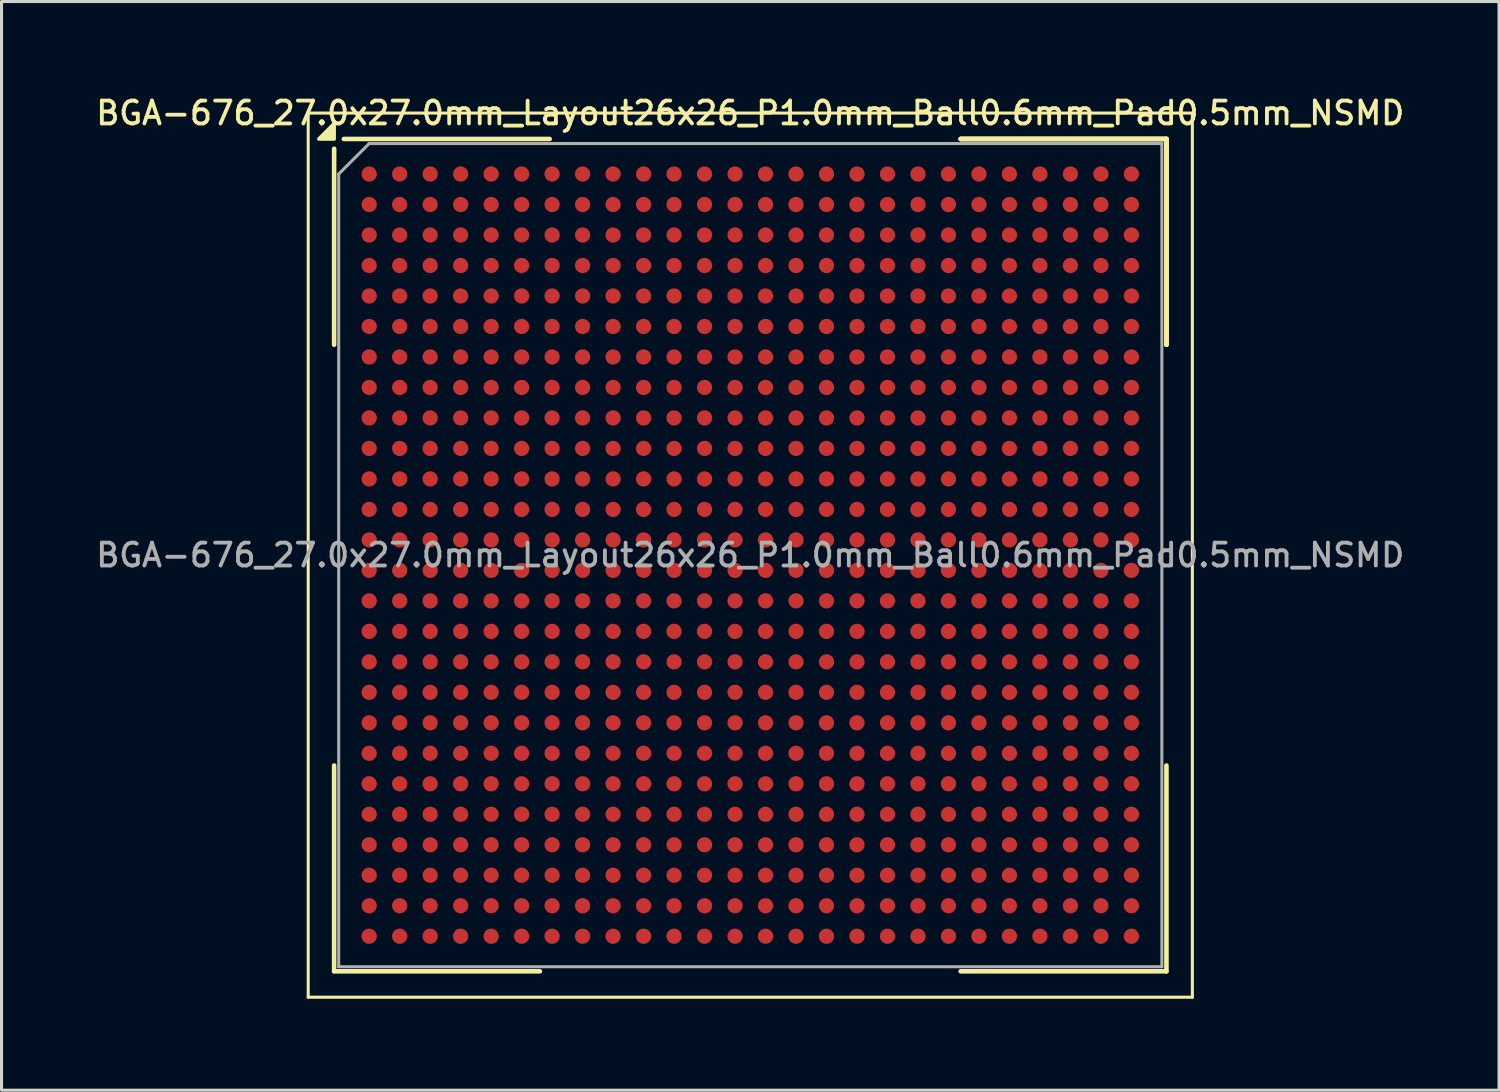
<source format=kicad_pcb>
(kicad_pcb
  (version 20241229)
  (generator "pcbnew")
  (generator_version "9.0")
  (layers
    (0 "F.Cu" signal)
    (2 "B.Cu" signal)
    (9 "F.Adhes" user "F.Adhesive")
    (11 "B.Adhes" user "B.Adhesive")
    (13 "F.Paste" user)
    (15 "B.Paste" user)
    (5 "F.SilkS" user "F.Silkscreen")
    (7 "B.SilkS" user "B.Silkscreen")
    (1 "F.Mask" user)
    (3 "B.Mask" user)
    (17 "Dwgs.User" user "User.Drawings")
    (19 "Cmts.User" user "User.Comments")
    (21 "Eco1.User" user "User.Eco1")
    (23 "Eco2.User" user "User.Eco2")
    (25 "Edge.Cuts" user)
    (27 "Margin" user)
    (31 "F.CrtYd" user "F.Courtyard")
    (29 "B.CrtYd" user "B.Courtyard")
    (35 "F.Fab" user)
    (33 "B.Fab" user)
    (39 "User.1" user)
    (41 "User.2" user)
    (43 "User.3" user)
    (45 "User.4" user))
  (footprint "BGA-676_27.0x27.0mm_Layout26x26_P1.0mm_Ball0.6mm_Pad0.5mm_NSMD"
    (layer "F.Cu")
    (at 21.559 15.158)
    (property "Reference" "BGA-676_27.0x27.0mm_Layout26x26_P1.0mm_Ball0.6mm_Pad0.5mm_NSMD" (at 0 -14.5 0) (layer "F.SilkS") (effects (font (size 0.75 0.75) (thickness 0.125))))
    (attr smd)
    (fp_line (start -14.5 -14.5) (end 14.5 -14.5) (stroke (width 0.1) (type solid)) (layer "F.SilkS"))
    (fp_line (start -14.5 14.5) (end -14.5 -14.5) (stroke (width 0.1) (type solid)) (layer "F.SilkS"))
    (fp_line (start -13.65 -13.33) (end -13.65 -6.9) (stroke (width 0.15) (type solid)) (layer "F.SilkS"))
    (fp_line (start -13.65 13.65) (end -13.65 6.9) (stroke (width 0.15) (type solid)) (layer "F.SilkS"))
    (fp_line (start -6.9 13.65) (end -13.65 13.65) (stroke (width 0.15) (type solid)) (layer "F.SilkS"))
    (fp_line (start -6.58 -13.65) (end -13.33 -13.65) (stroke (width 0.15) (type solid)) (layer "F.SilkS"))
    (fp_line (start 6.9 -13.65) (end 13.65 -13.65) (stroke (width 0.15) (type solid)) (layer "F.SilkS"))
    (fp_line (start 6.9 -13.65) (end 13.65 -13.65) (stroke (width 0.15) (type solid)) (layer "F.SilkS"))
    (fp_line (start 6.9 -13.65) (end 13.65 -13.65) (stroke (width 0.15) (type solid)) (layer "F.SilkS"))
    (fp_line (start 6.9 13.65) (end 13.65 13.65) (stroke (width 0.15) (type solid)) (layer "F.SilkS"))
    (fp_line (start 13.65 -13.65) (end 13.65 -6.9) (stroke (width 0.15) (type solid)) (layer "F.SilkS"))
    (fp_line (start 13.65 -13.65) (end 13.65 -6.9) (stroke (width 0.15) (type solid)) (layer "F.SilkS"))
    (fp_line (start 13.65 -13.65) (end 13.65 -6.9) (stroke (width 0.15) (type solid)) (layer "F.SilkS"))
    (fp_line (start 13.65 13.65) (end 13.65 6.9) (stroke (width 0.15) (type solid)) (layer "F.SilkS"))
    (fp_line (start 14.5 -14.5) (end 14.5 14.5) (stroke (width 0.1) (type solid)) (layer "F.SilkS"))
    (fp_line (start 14.5 14.5) (end -14.5 14.5) (stroke (width 0.1) (type solid)) (layer "F.SilkS"))
    (fp_poly (pts (xy -13.65 -13.65) (xy -14.15 -13.65) (xy -13.65 -14.15) (xy -13.65 -13.65)) (stroke (width 0.12) (type solid)) (fill yes) (layer "F.SilkS"))
    (fp_line (start -13.5 -12.5) (end -13.5 13.5) (stroke (width 0.1) (type solid)) (layer "F.Fab"))
    (fp_line (start -13.5 13.5) (end 13.5 13.5) (stroke (width 0.1) (type solid)) (layer "F.Fab"))
    (fp_line (start -12.5 -13.5) (end -13.5 -12.5) (stroke (width 0.1) (type solid)) (layer "F.Fab"))
    (fp_line (start 13.5 -13.5) (end -12.5 -13.5) (stroke (width 0.1) (type solid)) (layer "F.Fab"))
    (fp_line (start 13.5 13.5) (end 13.5 -13.5) (stroke (width 0.1) (type solid)) (layer "F.Fab"))
    (fp_text user "${REFERENCE}" (at 0 0 0) (layer "F.Fab") (effects (font (size 0.75 0.75) (thickness 0.125))))
    (pad "A1" smd circle (at -12.5 -12.5) (size 0.5 0.5) (property pad_prop_bga) (layers "F.Cu" "F.Mask" "F.Paste"))
    (pad "A2" smd circle (at -11.5 -12.5) (size 0.5 0.5) (property pad_prop_bga) (layers "F.Cu" "F.Mask" "F.Paste"))
    (pad "A3" smd circle (at -10.5 -12.5) (size 0.5 0.5) (property pad_prop_bga) (layers "F.Cu" "F.Mask" "F.Paste"))
    (pad "A4" smd circle (at -9.5 -12.5) (size 0.5 0.5) (property pad_prop_bga) (layers "F.Cu" "F.Mask" "F.Paste"))
    (pad "A5" smd circle (at -8.5 -12.5) (size 0.5 0.5) (property pad_prop_bga) (layers "F.Cu" "F.Mask" "F.Paste"))
    (pad "A6" smd circle (at -7.5 -12.5) (size 0.5 0.5) (property pad_prop_bga) (layers "F.Cu" "F.Mask" "F.Paste"))
    (pad "A7" smd circle (at -6.5 -12.5) (size 0.5 0.5) (property pad_prop_bga) (layers "F.Cu" "F.Mask" "F.Paste"))
    (pad "A8" smd circle (at -5.5 -12.5) (size 0.5 0.5) (property pad_prop_bga) (layers "F.Cu" "F.Mask" "F.Paste"))
    (pad "A9" smd circle (at -4.5 -12.5) (size 0.5 0.5) (property pad_prop_bga) (layers "F.Cu" "F.Mask" "F.Paste"))
    (pad "A10" smd circle (at -3.5 -12.5) (size 0.5 0.5) (property pad_prop_bga) (layers "F.Cu" "F.Mask" "F.Paste"))
    (pad "A11" smd circle (at -2.5 -12.5) (size 0.5 0.5) (property pad_prop_bga) (layers "F.Cu" "F.Mask" "F.Paste"))
    (pad "A12" smd circle (at -1.5 -12.5) (size 0.5 0.5) (property pad_prop_bga) (layers "F.Cu" "F.Mask" "F.Paste"))
    (pad "A13" smd circle (at -0.5 -12.5) (size 0.5 0.5) (property pad_prop_bga) (layers "F.Cu" "F.Mask" "F.Paste"))
    (pad "A14" smd circle (at 0.5 -12.5) (size 0.5 0.5) (property pad_prop_bga) (layers "F.Cu" "F.Mask" "F.Paste"))
    (pad "A15" smd circle (at 1.5 -12.5) (size 0.5 0.5) (property pad_prop_bga) (layers "F.Cu" "F.Mask" "F.Paste"))
    (pad "A16" smd circle (at 2.5 -12.5) (size 0.5 0.5) (property pad_prop_bga) (layers "F.Cu" "F.Mask" "F.Paste"))
    (pad "A17" smd circle (at 3.5 -12.5) (size 0.5 0.5) (property pad_prop_bga) (layers "F.Cu" "F.Mask" "F.Paste"))
    (pad "A18" smd circle (at 4.5 -12.5) (size 0.5 0.5) (property pad_prop_bga) (layers "F.Cu" "F.Mask" "F.Paste"))
    (pad "A19" smd circle (at 5.5 -12.5) (size 0.5 0.5) (property pad_prop_bga) (layers "F.Cu" "F.Mask" "F.Paste"))
    (pad "A20" smd circle (at 6.5 -12.5) (size 0.5 0.5) (property pad_prop_bga) (layers "F.Cu" "F.Mask" "F.Paste"))
    (pad "A21" smd circle (at 7.5 -12.5) (size 0.5 0.5) (property pad_prop_bga) (layers "F.Cu" "F.Mask" "F.Paste"))
    (pad "A22" smd circle (at 8.5 -12.5) (size 0.5 0.5) (property pad_prop_bga) (layers "F.Cu" "F.Mask" "F.Paste"))
    (pad "A23" smd circle (at 9.5 -12.5) (size 0.5 0.5) (property pad_prop_bga) (layers "F.Cu" "F.Mask" "F.Paste"))
    (pad "A24" smd circle (at 10.5 -12.5) (size 0.5 0.5) (property pad_prop_bga) (layers "F.Cu" "F.Mask" "F.Paste"))
    (pad "A25" smd circle (at 11.5 -12.5) (size 0.5 0.5) (property pad_prop_bga) (layers "F.Cu" "F.Mask" "F.Paste"))
    (pad "A26" smd circle (at 12.5 -12.5) (size 0.5 0.5) (property pad_prop_bga) (layers "F.Cu" "F.Mask" "F.Paste"))
    (pad "AA1" smd circle (at -12.5 7.5) (size 0.5 0.5) (property pad_prop_bga) (layers "F.Cu" "F.Mask" "F.Paste"))
    (pad "AA2" smd circle (at -11.5 7.5) (size 0.5 0.5) (property pad_prop_bga) (layers "F.Cu" "F.Mask" "F.Paste"))
    (pad "AA3" smd circle (at -10.5 7.5) (size 0.5 0.5) (property pad_prop_bga) (layers "F.Cu" "F.Mask" "F.Paste"))
    (pad "AA4" smd circle (at -9.5 7.5) (size 0.5 0.5) (property pad_prop_bga) (layers "F.Cu" "F.Mask" "F.Paste"))
    (pad "AA5" smd circle (at -8.5 7.5) (size 0.5 0.5) (property pad_prop_bga) (layers "F.Cu" "F.Mask" "F.Paste"))
    (pad "AA6" smd circle (at -7.5 7.5) (size 0.5 0.5) (property pad_prop_bga) (layers "F.Cu" "F.Mask" "F.Paste"))
    (pad "AA7" smd circle (at -6.5 7.5) (size 0.5 0.5) (property pad_prop_bga) (layers "F.Cu" "F.Mask" "F.Paste"))
    (pad "AA8" smd circle (at -5.5 7.5) (size 0.5 0.5) (property pad_prop_bga) (layers "F.Cu" "F.Mask" "F.Paste"))
    (pad "AA9" smd circle (at -4.5 7.5) (size 0.5 0.5) (property pad_prop_bga) (layers "F.Cu" "F.Mask" "F.Paste"))
    (pad "AA10" smd circle (at -3.5 7.5) (size 0.5 0.5) (property pad_prop_bga) (layers "F.Cu" "F.Mask" "F.Paste"))
    (pad "AA11" smd circle (at -2.5 7.5) (size 0.5 0.5) (property pad_prop_bga) (layers "F.Cu" "F.Mask" "F.Paste"))
    (pad "AA12" smd circle (at -1.5 7.5) (size 0.5 0.5) (property pad_prop_bga) (layers "F.Cu" "F.Mask" "F.Paste"))
    (pad "AA13" smd circle (at -0.5 7.5) (size 0.5 0.5) (property pad_prop_bga) (layers "F.Cu" "F.Mask" "F.Paste"))
    (pad "AA14" smd circle (at 0.5 7.5) (size 0.5 0.5) (property pad_prop_bga) (layers "F.Cu" "F.Mask" "F.Paste"))
    (pad "AA15" smd circle (at 1.5 7.5) (size 0.5 0.5) (property pad_prop_bga) (layers "F.Cu" "F.Mask" "F.Paste"))
    (pad "AA16" smd circle (at 2.5 7.5) (size 0.5 0.5) (property pad_prop_bga) (layers "F.Cu" "F.Mask" "F.Paste"))
    (pad "AA17" smd circle (at 3.5 7.5) (size 0.5 0.5) (property pad_prop_bga) (layers "F.Cu" "F.Mask" "F.Paste"))
    (pad "AA18" smd circle (at 4.5 7.5) (size 0.5 0.5) (property pad_prop_bga) (layers "F.Cu" "F.Mask" "F.Paste"))
    (pad "AA19" smd circle (at 5.5 7.5) (size 0.5 0.5) (property pad_prop_bga) (layers "F.Cu" "F.Mask" "F.Paste"))
    (pad "AA20" smd circle (at 6.5 7.5) (size 0.5 0.5) (property pad_prop_bga) (layers "F.Cu" "F.Mask" "F.Paste"))
    (pad "AA21" smd circle (at 7.5 7.5) (size 0.5 0.5) (property pad_prop_bga) (layers "F.Cu" "F.Mask" "F.Paste"))
    (pad "AA22" smd circle (at 8.5 7.5) (size 0.5 0.5) (property pad_prop_bga) (layers "F.Cu" "F.Mask" "F.Paste"))
    (pad "AA23" smd circle (at 9.5 7.5) (size 0.5 0.5) (property pad_prop_bga) (layers "F.Cu" "F.Mask" "F.Paste"))
    (pad "AA24" smd circle (at 10.5 7.5) (size 0.5 0.5) (property pad_prop_bga) (layers "F.Cu" "F.Mask" "F.Paste"))
    (pad "AA25" smd circle (at 11.5 7.5) (size 0.5 0.5) (property pad_prop_bga) (layers "F.Cu" "F.Mask" "F.Paste"))
    (pad "AA26" smd circle (at 12.5 7.5) (size 0.5 0.5) (property pad_prop_bga) (layers "F.Cu" "F.Mask" "F.Paste"))
    (pad "AB1" smd circle (at -12.5 8.5) (size 0.5 0.5) (property pad_prop_bga) (layers "F.Cu" "F.Mask" "F.Paste"))
    (pad "AB2" smd circle (at -11.5 8.5) (size 0.5 0.5) (property pad_prop_bga) (layers "F.Cu" "F.Mask" "F.Paste"))
    (pad "AB3" smd circle (at -10.5 8.5) (size 0.5 0.5) (property pad_prop_bga) (layers "F.Cu" "F.Mask" "F.Paste"))
    (pad "AB4" smd circle (at -9.5 8.5) (size 0.5 0.5) (property pad_prop_bga) (layers "F.Cu" "F.Mask" "F.Paste"))
    (pad "AB5" smd circle (at -8.5 8.5) (size 0.5 0.5) (property pad_prop_bga) (layers "F.Cu" "F.Mask" "F.Paste"))
    (pad "AB6" smd circle (at -7.5 8.5) (size 0.5 0.5) (property pad_prop_bga) (layers "F.Cu" "F.Mask" "F.Paste"))
    (pad "AB7" smd circle (at -6.5 8.5) (size 0.5 0.5) (property pad_prop_bga) (layers "F.Cu" "F.Mask" "F.Paste"))
    (pad "AB8" smd circle (at -5.5 8.5) (size 0.5 0.5) (property pad_prop_bga) (layers "F.Cu" "F.Mask" "F.Paste"))
    (pad "AB9" smd circle (at -4.5 8.5) (size 0.5 0.5) (property pad_prop_bga) (layers "F.Cu" "F.Mask" "F.Paste"))
    (pad "AB10" smd circle (at -3.5 8.5) (size 0.5 0.5) (property pad_prop_bga) (layers "F.Cu" "F.Mask" "F.Paste"))
    (pad "AB11" smd circle (at -2.5 8.5) (size 0.5 0.5) (property pad_prop_bga) (layers "F.Cu" "F.Mask" "F.Paste"))
    (pad "AB12" smd circle (at -1.5 8.5) (size 0.5 0.5) (property pad_prop_bga) (layers "F.Cu" "F.Mask" "F.Paste"))
    (pad "AB13" smd circle (at -0.5 8.5) (size 0.5 0.5) (property pad_prop_bga) (layers "F.Cu" "F.Mask" "F.Paste"))
    (pad "AB14" smd circle (at 0.5 8.5) (size 0.5 0.5) (property pad_prop_bga) (layers "F.Cu" "F.Mask" "F.Paste"))
    (pad "AB15" smd circle (at 1.5 8.5) (size 0.5 0.5) (property pad_prop_bga) (layers "F.Cu" "F.Mask" "F.Paste"))
    (pad "AB16" smd circle (at 2.5 8.5) (size 0.5 0.5) (property pad_prop_bga) (layers "F.Cu" "F.Mask" "F.Paste"))
    (pad "AB17" smd circle (at 3.5 8.5) (size 0.5 0.5) (property pad_prop_bga) (layers "F.Cu" "F.Mask" "F.Paste"))
    (pad "AB18" smd circle (at 4.5 8.5) (size 0.5 0.5) (property pad_prop_bga) (layers "F.Cu" "F.Mask" "F.Paste"))
    (pad "AB19" smd circle (at 5.5 8.5) (size 0.5 0.5) (property pad_prop_bga) (layers "F.Cu" "F.Mask" "F.Paste"))
    (pad "AB20" smd circle (at 6.5 8.5) (size 0.5 0.5) (property pad_prop_bga) (layers "F.Cu" "F.Mask" "F.Paste"))
    (pad "AB21" smd circle (at 7.5 8.5) (size 0.5 0.5) (property pad_prop_bga) (layers "F.Cu" "F.Mask" "F.Paste"))
    (pad "AB22" smd circle (at 8.5 8.5) (size 0.5 0.5) (property pad_prop_bga) (layers "F.Cu" "F.Mask" "F.Paste"))
    (pad "AB23" smd circle (at 9.5 8.5) (size 0.5 0.5) (property pad_prop_bga) (layers "F.Cu" "F.Mask" "F.Paste"))
    (pad "AB24" smd circle (at 10.5 8.5) (size 0.5 0.5) (property pad_prop_bga) (layers "F.Cu" "F.Mask" "F.Paste"))
    (pad "AB25" smd circle (at 11.5 8.5) (size 0.5 0.5) (property pad_prop_bga) (layers "F.Cu" "F.Mask" "F.Paste"))
    (pad "AB26" smd circle (at 12.5 8.5) (size 0.5 0.5) (property pad_prop_bga) (layers "F.Cu" "F.Mask" "F.Paste"))
    (pad "AC1" smd circle (at -12.5 9.5) (size 0.5 0.5) (property pad_prop_bga) (layers "F.Cu" "F.Mask" "F.Paste"))
    (pad "AC2" smd circle (at -11.5 9.5) (size 0.5 0.5) (property pad_prop_bga) (layers "F.Cu" "F.Mask" "F.Paste"))
    (pad "AC3" smd circle (at -10.5 9.5) (size 0.5 0.5) (property pad_prop_bga) (layers "F.Cu" "F.Mask" "F.Paste"))
    (pad "AC4" smd circle (at -9.5 9.5) (size 0.5 0.5) (property pad_prop_bga) (layers "F.Cu" "F.Mask" "F.Paste"))
    (pad "AC5" smd circle (at -8.5 9.5) (size 0.5 0.5) (property pad_prop_bga) (layers "F.Cu" "F.Mask" "F.Paste"))
    (pad "AC6" smd circle (at -7.5 9.5) (size 0.5 0.5) (property pad_prop_bga) (layers "F.Cu" "F.Mask" "F.Paste"))
    (pad "AC7" smd circle (at -6.5 9.5) (size 0.5 0.5) (property pad_prop_bga) (layers "F.Cu" "F.Mask" "F.Paste"))
    (pad "AC8" smd circle (at -5.5 9.5) (size 0.5 0.5) (property pad_prop_bga) (layers "F.Cu" "F.Mask" "F.Paste"))
    (pad "AC9" smd circle (at -4.5 9.5) (size 0.5 0.5) (property pad_prop_bga) (layers "F.Cu" "F.Mask" "F.Paste"))
    (pad "AC10" smd circle (at -3.5 9.5) (size 0.5 0.5) (property pad_prop_bga) (layers "F.Cu" "F.Mask" "F.Paste"))
    (pad "AC11" smd circle (at -2.5 9.5) (size 0.5 0.5) (property pad_prop_bga) (layers "F.Cu" "F.Mask" "F.Paste"))
    (pad "AC12" smd circle (at -1.5 9.5) (size 0.5 0.5) (property pad_prop_bga) (layers "F.Cu" "F.Mask" "F.Paste"))
    (pad "AC13" smd circle (at -0.5 9.5) (size 0.5 0.5) (property pad_prop_bga) (layers "F.Cu" "F.Mask" "F.Paste"))
    (pad "AC14" smd circle (at 0.5 9.5) (size 0.5 0.5) (property pad_prop_bga) (layers "F.Cu" "F.Mask" "F.Paste"))
    (pad "AC15" smd circle (at 1.5 9.5) (size 0.5 0.5) (property pad_prop_bga) (layers "F.Cu" "F.Mask" "F.Paste"))
    (pad "AC16" smd circle (at 2.5 9.5) (size 0.5 0.5) (property pad_prop_bga) (layers "F.Cu" "F.Mask" "F.Paste"))
    (pad "AC17" smd circle (at 3.5 9.5) (size 0.5 0.5) (property pad_prop_bga) (layers "F.Cu" "F.Mask" "F.Paste"))
    (pad "AC18" smd circle (at 4.5 9.5) (size 0.5 0.5) (property pad_prop_bga) (layers "F.Cu" "F.Mask" "F.Paste"))
    (pad "AC19" smd circle (at 5.5 9.5) (size 0.5 0.5) (property pad_prop_bga) (layers "F.Cu" "F.Mask" "F.Paste"))
    (pad "AC20" smd circle (at 6.5 9.5) (size 0.5 0.5) (property pad_prop_bga) (layers "F.Cu" "F.Mask" "F.Paste"))
    (pad "AC21" smd circle (at 7.5 9.5) (size 0.5 0.5) (property pad_prop_bga) (layers "F.Cu" "F.Mask" "F.Paste"))
    (pad "AC22" smd circle (at 8.5 9.5) (size 0.5 0.5) (property pad_prop_bga) (layers "F.Cu" "F.Mask" "F.Paste"))
    (pad "AC23" smd circle (at 9.5 9.5) (size 0.5 0.5) (property pad_prop_bga) (layers "F.Cu" "F.Mask" "F.Paste"))
    (pad "AC24" smd circle (at 10.5 9.5) (size 0.5 0.5) (property pad_prop_bga) (layers "F.Cu" "F.Mask" "F.Paste"))
    (pad "AC25" smd circle (at 11.5 9.5) (size 0.5 0.5) (property pad_prop_bga) (layers "F.Cu" "F.Mask" "F.Paste"))
    (pad "AC26" smd circle (at 12.5 9.5) (size 0.5 0.5) (property pad_prop_bga) (layers "F.Cu" "F.Mask" "F.Paste"))
    (pad "AD1" smd circle (at -12.5 10.5) (size 0.5 0.5) (property pad_prop_bga) (layers "F.Cu" "F.Mask" "F.Paste"))
    (pad "AD2" smd circle (at -11.5 10.5) (size 0.5 0.5) (property pad_prop_bga) (layers "F.Cu" "F.Mask" "F.Paste"))
    (pad "AD3" smd circle (at -10.5 10.5) (size 0.5 0.5) (property pad_prop_bga) (layers "F.Cu" "F.Mask" "F.Paste"))
    (pad "AD4" smd circle (at -9.5 10.5) (size 0.5 0.5) (property pad_prop_bga) (layers "F.Cu" "F.Mask" "F.Paste"))
    (pad "AD5" smd circle (at -8.5 10.5) (size 0.5 0.5) (property pad_prop_bga) (layers "F.Cu" "F.Mask" "F.Paste"))
    (pad "AD6" smd circle (at -7.5 10.5) (size 0.5 0.5) (property pad_prop_bga) (layers "F.Cu" "F.Mask" "F.Paste"))
    (pad "AD7" smd circle (at -6.5 10.5) (size 0.5 0.5) (property pad_prop_bga) (layers "F.Cu" "F.Mask" "F.Paste"))
    (pad "AD8" smd circle (at -5.5 10.5) (size 0.5 0.5) (property pad_prop_bga) (layers "F.Cu" "F.Mask" "F.Paste"))
    (pad "AD9" smd circle (at -4.5 10.5) (size 0.5 0.5) (property pad_prop_bga) (layers "F.Cu" "F.Mask" "F.Paste"))
    (pad "AD10" smd circle (at -3.5 10.5) (size 0.5 0.5) (property pad_prop_bga) (layers "F.Cu" "F.Mask" "F.Paste"))
    (pad "AD11" smd circle (at -2.5 10.5) (size 0.5 0.5) (property pad_prop_bga) (layers "F.Cu" "F.Mask" "F.Paste"))
    (pad "AD12" smd circle (at -1.5 10.5) (size 0.5 0.5) (property pad_prop_bga) (layers "F.Cu" "F.Mask" "F.Paste"))
    (pad "AD13" smd circle (at -0.5 10.5) (size 0.5 0.5) (property pad_prop_bga) (layers "F.Cu" "F.Mask" "F.Paste"))
    (pad "AD14" smd circle (at 0.5 10.5) (size 0.5 0.5) (property pad_prop_bga) (layers "F.Cu" "F.Mask" "F.Paste"))
    (pad "AD15" smd circle (at 1.5 10.5) (size 0.5 0.5) (property pad_prop_bga) (layers "F.Cu" "F.Mask" "F.Paste"))
    (pad "AD16" smd circle (at 2.5 10.5) (size 0.5 0.5) (property pad_prop_bga) (layers "F.Cu" "F.Mask" "F.Paste"))
    (pad "AD17" smd circle (at 3.5 10.5) (size 0.5 0.5) (property pad_prop_bga) (layers "F.Cu" "F.Mask" "F.Paste"))
    (pad "AD18" smd circle (at 4.5 10.5) (size 0.5 0.5) (property pad_prop_bga) (layers "F.Cu" "F.Mask" "F.Paste"))
    (pad "AD19" smd circle (at 5.5 10.5) (size 0.5 0.5) (property pad_prop_bga) (layers "F.Cu" "F.Mask" "F.Paste"))
    (pad "AD20" smd circle (at 6.5 10.5) (size 0.5 0.5) (property pad_prop_bga) (layers "F.Cu" "F.Mask" "F.Paste"))
    (pad "AD21" smd circle (at 7.5 10.5) (size 0.5 0.5) (property pad_prop_bga) (layers "F.Cu" "F.Mask" "F.Paste"))
    (pad "AD22" smd circle (at 8.5 10.5) (size 0.5 0.5) (property pad_prop_bga) (layers "F.Cu" "F.Mask" "F.Paste"))
    (pad "AD23" smd circle (at 9.5 10.5) (size 0.5 0.5) (property pad_prop_bga) (layers "F.Cu" "F.Mask" "F.Paste"))
    (pad "AD24" smd circle (at 10.5 10.5) (size 0.5 0.5) (property pad_prop_bga) (layers "F.Cu" "F.Mask" "F.Paste"))
    (pad "AD25" smd circle (at 11.5 10.5) (size 0.5 0.5) (property pad_prop_bga) (layers "F.Cu" "F.Mask" "F.Paste"))
    (pad "AD26" smd circle (at 12.5 10.5) (size 0.5 0.5) (property pad_prop_bga) (layers "F.Cu" "F.Mask" "F.Paste"))
    (pad "AE1" smd circle (at -12.5 11.5) (size 0.5 0.5) (property pad_prop_bga) (layers "F.Cu" "F.Mask" "F.Paste"))
    (pad "AE2" smd circle (at -11.5 11.5) (size 0.5 0.5) (property pad_prop_bga) (layers "F.Cu" "F.Mask" "F.Paste"))
    (pad "AE3" smd circle (at -10.5 11.5) (size 0.5 0.5) (property pad_prop_bga) (layers "F.Cu" "F.Mask" "F.Paste"))
    (pad "AE4" smd circle (at -9.5 11.5) (size 0.5 0.5) (property pad_prop_bga) (layers "F.Cu" "F.Mask" "F.Paste"))
    (pad "AE5" smd circle (at -8.5 11.5) (size 0.5 0.5) (property pad_prop_bga) (layers "F.Cu" "F.Mask" "F.Paste"))
    (pad "AE6" smd circle (at -7.5 11.5) (size 0.5 0.5) (property pad_prop_bga) (layers "F.Cu" "F.Mask" "F.Paste"))
    (pad "AE7" smd circle (at -6.5 11.5) (size 0.5 0.5) (property pad_prop_bga) (layers "F.Cu" "F.Mask" "F.Paste"))
    (pad "AE8" smd circle (at -5.5 11.5) (size 0.5 0.5) (property pad_prop_bga) (layers "F.Cu" "F.Mask" "F.Paste"))
    (pad "AE9" smd circle (at -4.5 11.5) (size 0.5 0.5) (property pad_prop_bga) (layers "F.Cu" "F.Mask" "F.Paste"))
    (pad "AE10" smd circle (at -3.5 11.5) (size 0.5 0.5) (property pad_prop_bga) (layers "F.Cu" "F.Mask" "F.Paste"))
    (pad "AE11" smd circle (at -2.5 11.5) (size 0.5 0.5) (property pad_prop_bga) (layers "F.Cu" "F.Mask" "F.Paste"))
    (pad "AE12" smd circle (at -1.5 11.5) (size 0.5 0.5) (property pad_prop_bga) (layers "F.Cu" "F.Mask" "F.Paste"))
    (pad "AE13" smd circle (at -0.5 11.5) (size 0.5 0.5) (property pad_prop_bga) (layers "F.Cu" "F.Mask" "F.Paste"))
    (pad "AE14" smd circle (at 0.5 11.5) (size 0.5 0.5) (property pad_prop_bga) (layers "F.Cu" "F.Mask" "F.Paste"))
    (pad "AE15" smd circle (at 1.5 11.5) (size 0.5 0.5) (property pad_prop_bga) (layers "F.Cu" "F.Mask" "F.Paste"))
    (pad "AE16" smd circle (at 2.5 11.5) (size 0.5 0.5) (property pad_prop_bga) (layers "F.Cu" "F.Mask" "F.Paste"))
    (pad "AE17" smd circle (at 3.5 11.5) (size 0.5 0.5) (property pad_prop_bga) (layers "F.Cu" "F.Mask" "F.Paste"))
    (pad "AE18" smd circle (at 4.5 11.5) (size 0.5 0.5) (property pad_prop_bga) (layers "F.Cu" "F.Mask" "F.Paste"))
    (pad "AE19" smd circle (at 5.5 11.5) (size 0.5 0.5) (property pad_prop_bga) (layers "F.Cu" "F.Mask" "F.Paste"))
    (pad "AE20" smd circle (at 6.5 11.5) (size 0.5 0.5) (property pad_prop_bga) (layers "F.Cu" "F.Mask" "F.Paste"))
    (pad "AE21" smd circle (at 7.5 11.5) (size 0.5 0.5) (property pad_prop_bga) (layers "F.Cu" "F.Mask" "F.Paste"))
    (pad "AE22" smd circle (at 8.5 11.5) (size 0.5 0.5) (property pad_prop_bga) (layers "F.Cu" "F.Mask" "F.Paste"))
    (pad "AE23" smd circle (at 9.5 11.5) (size 0.5 0.5) (property pad_prop_bga) (layers "F.Cu" "F.Mask" "F.Paste"))
    (pad "AE24" smd circle (at 10.5 11.5) (size 0.5 0.5) (property pad_prop_bga) (layers "F.Cu" "F.Mask" "F.Paste"))
    (pad "AE25" smd circle (at 11.5 11.5) (size 0.5 0.5) (property pad_prop_bga) (layers "F.Cu" "F.Mask" "F.Paste"))
    (pad "AE26" smd circle (at 12.5 11.5) (size 0.5 0.5) (property pad_prop_bga) (layers "F.Cu" "F.Mask" "F.Paste"))
    (pad "AF1" smd circle (at -12.5 12.5) (size 0.5 0.5) (property pad_prop_bga) (layers "F.Cu" "F.Mask" "F.Paste"))
    (pad "AF2" smd circle (at -11.5 12.5) (size 0.5 0.5) (property pad_prop_bga) (layers "F.Cu" "F.Mask" "F.Paste"))
    (pad "AF3" smd circle (at -10.5 12.5) (size 0.5 0.5) (property pad_prop_bga) (layers "F.Cu" "F.Mask" "F.Paste"))
    (pad "AF4" smd circle (at -9.5 12.5) (size 0.5 0.5) (property pad_prop_bga) (layers "F.Cu" "F.Mask" "F.Paste"))
    (pad "AF5" smd circle (at -8.5 12.5) (size 0.5 0.5) (property pad_prop_bga) (layers "F.Cu" "F.Mask" "F.Paste"))
    (pad "AF6" smd circle (at -7.5 12.5) (size 0.5 0.5) (property pad_prop_bga) (layers "F.Cu" "F.Mask" "F.Paste"))
    (pad "AF7" smd circle (at -6.5 12.5) (size 0.5 0.5) (property pad_prop_bga) (layers "F.Cu" "F.Mask" "F.Paste"))
    (pad "AF8" smd circle (at -5.5 12.5) (size 0.5 0.5) (property pad_prop_bga) (layers "F.Cu" "F.Mask" "F.Paste"))
    (pad "AF9" smd circle (at -4.5 12.5) (size 0.5 0.5) (property pad_prop_bga) (layers "F.Cu" "F.Mask" "F.Paste"))
    (pad "AF10" smd circle (at -3.5 12.5) (size 0.5 0.5) (property pad_prop_bga) (layers "F.Cu" "F.Mask" "F.Paste"))
    (pad "AF11" smd circle (at -2.5 12.5) (size 0.5 0.5) (property pad_prop_bga) (layers "F.Cu" "F.Mask" "F.Paste"))
    (pad "AF12" smd circle (at -1.5 12.5) (size 0.5 0.5) (property pad_prop_bga) (layers "F.Cu" "F.Mask" "F.Paste"))
    (pad "AF13" smd circle (at -0.5 12.5) (size 0.5 0.5) (property pad_prop_bga) (layers "F.Cu" "F.Mask" "F.Paste"))
    (pad "AF14" smd circle (at 0.5 12.5) (size 0.5 0.5) (property pad_prop_bga) (layers "F.Cu" "F.Mask" "F.Paste"))
    (pad "AF15" smd circle (at 1.5 12.5) (size 0.5 0.5) (property pad_prop_bga) (layers "F.Cu" "F.Mask" "F.Paste"))
    (pad "AF16" smd circle (at 2.5 12.5) (size 0.5 0.5) (property pad_prop_bga) (layers "F.Cu" "F.Mask" "F.Paste"))
    (pad "AF17" smd circle (at 3.5 12.5) (size 0.5 0.5) (property pad_prop_bga) (layers "F.Cu" "F.Mask" "F.Paste"))
    (pad "AF18" smd circle (at 4.5 12.5) (size 0.5 0.5) (property pad_prop_bga) (layers "F.Cu" "F.Mask" "F.Paste"))
    (pad "AF19" smd circle (at 5.5 12.5) (size 0.5 0.5) (property pad_prop_bga) (layers "F.Cu" "F.Mask" "F.Paste"))
    (pad "AF20" smd circle (at 6.5 12.5) (size 0.5 0.5) (property pad_prop_bga) (layers "F.Cu" "F.Mask" "F.Paste"))
    (pad "AF21" smd circle (at 7.5 12.5) (size 0.5 0.5) (property pad_prop_bga) (layers "F.Cu" "F.Mask" "F.Paste"))
    (pad "AF22" smd circle (at 8.5 12.5) (size 0.5 0.5) (property pad_prop_bga) (layers "F.Cu" "F.Mask" "F.Paste"))
    (pad "AF23" smd circle (at 9.5 12.5) (size 0.5 0.5) (property pad_prop_bga) (layers "F.Cu" "F.Mask" "F.Paste"))
    (pad "AF24" smd circle (at 10.5 12.5) (size 0.5 0.5) (property pad_prop_bga) (layers "F.Cu" "F.Mask" "F.Paste"))
    (pad "AF25" smd circle (at 11.5 12.5) (size 0.5 0.5) (property pad_prop_bga) (layers "F.Cu" "F.Mask" "F.Paste"))
    (pad "AF26" smd circle (at 12.5 12.5) (size 0.5 0.5) (property pad_prop_bga) (layers "F.Cu" "F.Mask" "F.Paste"))
    (pad "B1" smd circle (at -12.5 -11.5) (size 0.5 0.5) (property pad_prop_bga) (layers "F.Cu" "F.Mask" "F.Paste"))
    (pad "B2" smd circle (at -11.5 -11.5) (size 0.5 0.5) (property pad_prop_bga) (layers "F.Cu" "F.Mask" "F.Paste"))
    (pad "B3" smd circle (at -10.5 -11.5) (size 0.5 0.5) (property pad_prop_bga) (layers "F.Cu" "F.Mask" "F.Paste"))
    (pad "B4" smd circle (at -9.5 -11.5) (size 0.5 0.5) (property pad_prop_bga) (layers "F.Cu" "F.Mask" "F.Paste"))
    (pad "B5" smd circle (at -8.5 -11.5) (size 0.5 0.5) (property pad_prop_bga) (layers "F.Cu" "F.Mask" "F.Paste"))
    (pad "B6" smd circle (at -7.5 -11.5) (size 0.5 0.5) (property pad_prop_bga) (layers "F.Cu" "F.Mask" "F.Paste"))
    (pad "B7" smd circle (at -6.5 -11.5) (size 0.5 0.5) (property pad_prop_bga) (layers "F.Cu" "F.Mask" "F.Paste"))
    (pad "B8" smd circle (at -5.5 -11.5) (size 0.5 0.5) (property pad_prop_bga) (layers "F.Cu" "F.Mask" "F.Paste"))
    (pad "B9" smd circle (at -4.5 -11.5) (size 0.5 0.5) (property pad_prop_bga) (layers "F.Cu" "F.Mask" "F.Paste"))
    (pad "B10" smd circle (at -3.5 -11.5) (size 0.5 0.5) (property pad_prop_bga) (layers "F.Cu" "F.Mask" "F.Paste"))
    (pad "B11" smd circle (at -2.5 -11.5) (size 0.5 0.5) (property pad_prop_bga) (layers "F.Cu" "F.Mask" "F.Paste"))
    (pad "B12" smd circle (at -1.5 -11.5) (size 0.5 0.5) (property pad_prop_bga) (layers "F.Cu" "F.Mask" "F.Paste"))
    (pad "B13" smd circle (at -0.5 -11.5) (size 0.5 0.5) (property pad_prop_bga) (layers "F.Cu" "F.Mask" "F.Paste"))
    (pad "B14" smd circle (at 0.5 -11.5) (size 0.5 0.5) (property pad_prop_bga) (layers "F.Cu" "F.Mask" "F.Paste"))
    (pad "B15" smd circle (at 1.5 -11.5) (size 0.5 0.5) (property pad_prop_bga) (layers "F.Cu" "F.Mask" "F.Paste"))
    (pad "B16" smd circle (at 2.5 -11.5) (size 0.5 0.5) (property pad_prop_bga) (layers "F.Cu" "F.Mask" "F.Paste"))
    (pad "B17" smd circle (at 3.5 -11.5) (size 0.5 0.5) (property pad_prop_bga) (layers "F.Cu" "F.Mask" "F.Paste"))
    (pad "B18" smd circle (at 4.5 -11.5) (size 0.5 0.5) (property pad_prop_bga) (layers "F.Cu" "F.Mask" "F.Paste"))
    (pad "B19" smd circle (at 5.5 -11.5) (size 0.5 0.5) (property pad_prop_bga) (layers "F.Cu" "F.Mask" "F.Paste"))
    (pad "B20" smd circle (at 6.5 -11.5) (size 0.5 0.5) (property pad_prop_bga) (layers "F.Cu" "F.Mask" "F.Paste"))
    (pad "B21" smd circle (at 7.5 -11.5) (size 0.5 0.5) (property pad_prop_bga) (layers "F.Cu" "F.Mask" "F.Paste"))
    (pad "B22" smd circle (at 8.5 -11.5) (size 0.5 0.5) (property pad_prop_bga) (layers "F.Cu" "F.Mask" "F.Paste"))
    (pad "B23" smd circle (at 9.5 -11.5) (size 0.5 0.5) (property pad_prop_bga) (layers "F.Cu" "F.Mask" "F.Paste"))
    (pad "B24" smd circle (at 10.5 -11.5) (size 0.5 0.5) (property pad_prop_bga) (layers "F.Cu" "F.Mask" "F.Paste"))
    (pad "B25" smd circle (at 11.5 -11.5) (size 0.5 0.5) (property pad_prop_bga) (layers "F.Cu" "F.Mask" "F.Paste"))
    (pad "B26" smd circle (at 12.5 -11.5) (size 0.5 0.5) (property pad_prop_bga) (layers "F.Cu" "F.Mask" "F.Paste"))
    (pad "C1" smd circle (at -12.5 -10.5) (size 0.5 0.5) (property pad_prop_bga) (layers "F.Cu" "F.Mask" "F.Paste"))
    (pad "C2" smd circle (at -11.5 -10.5) (size 0.5 0.5) (property pad_prop_bga) (layers "F.Cu" "F.Mask" "F.Paste"))
    (pad "C3" smd circle (at -10.5 -10.5) (size 0.5 0.5) (property pad_prop_bga) (layers "F.Cu" "F.Mask" "F.Paste"))
    (pad "C4" smd circle (at -9.5 -10.5) (size 0.5 0.5) (property pad_prop_bga) (layers "F.Cu" "F.Mask" "F.Paste"))
    (pad "C5" smd circle (at -8.5 -10.5) (size 0.5 0.5) (property pad_prop_bga) (layers "F.Cu" "F.Mask" "F.Paste"))
    (pad "C6" smd circle (at -7.5 -10.5) (size 0.5 0.5) (property pad_prop_bga) (layers "F.Cu" "F.Mask" "F.Paste"))
    (pad "C7" smd circle (at -6.5 -10.5) (size 0.5 0.5) (property pad_prop_bga) (layers "F.Cu" "F.Mask" "F.Paste"))
    (pad "C8" smd circle (at -5.5 -10.5) (size 0.5 0.5) (property pad_prop_bga) (layers "F.Cu" "F.Mask" "F.Paste"))
    (pad "C9" smd circle (at -4.5 -10.5) (size 0.5 0.5) (property pad_prop_bga) (layers "F.Cu" "F.Mask" "F.Paste"))
    (pad "C10" smd circle (at -3.5 -10.5) (size 0.5 0.5) (property pad_prop_bga) (layers "F.Cu" "F.Mask" "F.Paste"))
    (pad "C11" smd circle (at -2.5 -10.5) (size 0.5 0.5) (property pad_prop_bga) (layers "F.Cu" "F.Mask" "F.Paste"))
    (pad "C12" smd circle (at -1.5 -10.5) (size 0.5 0.5) (property pad_prop_bga) (layers "F.Cu" "F.Mask" "F.Paste"))
    (pad "C13" smd circle (at -0.5 -10.5) (size 0.5 0.5) (property pad_prop_bga) (layers "F.Cu" "F.Mask" "F.Paste"))
    (pad "C14" smd circle (at 0.5 -10.5) (size 0.5 0.5) (property pad_prop_bga) (layers "F.Cu" "F.Mask" "F.Paste"))
    (pad "C15" smd circle (at 1.5 -10.5) (size 0.5 0.5) (property pad_prop_bga) (layers "F.Cu" "F.Mask" "F.Paste"))
    (pad "C16" smd circle (at 2.5 -10.5) (size 0.5 0.5) (property pad_prop_bga) (layers "F.Cu" "F.Mask" "F.Paste"))
    (pad "C17" smd circle (at 3.5 -10.5) (size 0.5 0.5) (property pad_prop_bga) (layers "F.Cu" "F.Mask" "F.Paste"))
    (pad "C18" smd circle (at 4.5 -10.5) (size 0.5 0.5) (property pad_prop_bga) (layers "F.Cu" "F.Mask" "F.Paste"))
    (pad "C19" smd circle (at 5.5 -10.5) (size 0.5 0.5) (property pad_prop_bga) (layers "F.Cu" "F.Mask" "F.Paste"))
    (pad "C20" smd circle (at 6.5 -10.5) (size 0.5 0.5) (property pad_prop_bga) (layers "F.Cu" "F.Mask" "F.Paste"))
    (pad "C21" smd circle (at 7.5 -10.5) (size 0.5 0.5) (property pad_prop_bga) (layers "F.Cu" "F.Mask" "F.Paste"))
    (pad "C22" smd circle (at 8.5 -10.5) (size 0.5 0.5) (property pad_prop_bga) (layers "F.Cu" "F.Mask" "F.Paste"))
    (pad "C23" smd circle (at 9.5 -10.5) (size 0.5 0.5) (property pad_prop_bga) (layers "F.Cu" "F.Mask" "F.Paste"))
    (pad "C24" smd circle (at 10.5 -10.5) (size 0.5 0.5) (property pad_prop_bga) (layers "F.Cu" "F.Mask" "F.Paste"))
    (pad "C25" smd circle (at 11.5 -10.5) (size 0.5 0.5) (property pad_prop_bga) (layers "F.Cu" "F.Mask" "F.Paste"))
    (pad "C26" smd circle (at 12.5 -10.5) (size 0.5 0.5) (property pad_prop_bga) (layers "F.Cu" "F.Mask" "F.Paste"))
    (pad "D1" smd circle (at -12.5 -9.5) (size 0.5 0.5) (property pad_prop_bga) (layers "F.Cu" "F.Mask" "F.Paste"))
    (pad "D2" smd circle (at -11.5 -9.5) (size 0.5 0.5) (property pad_prop_bga) (layers "F.Cu" "F.Mask" "F.Paste"))
    (pad "D3" smd circle (at -10.5 -9.5) (size 0.5 0.5) (property pad_prop_bga) (layers "F.Cu" "F.Mask" "F.Paste"))
    (pad "D4" smd circle (at -9.5 -9.5) (size 0.5 0.5) (property pad_prop_bga) (layers "F.Cu" "F.Mask" "F.Paste"))
    (pad "D5" smd circle (at -8.5 -9.5) (size 0.5 0.5) (property pad_prop_bga) (layers "F.Cu" "F.Mask" "F.Paste"))
    (pad "D6" smd circle (at -7.5 -9.5) (size 0.5 0.5) (property pad_prop_bga) (layers "F.Cu" "F.Mask" "F.Paste"))
    (pad "D7" smd circle (at -6.5 -9.5) (size 0.5 0.5) (property pad_prop_bga) (layers "F.Cu" "F.Mask" "F.Paste"))
    (pad "D8" smd circle (at -5.5 -9.5) (size 0.5 0.5) (property pad_prop_bga) (layers "F.Cu" "F.Mask" "F.Paste"))
    (pad "D9" smd circle (at -4.5 -9.5) (size 0.5 0.5) (property pad_prop_bga) (layers "F.Cu" "F.Mask" "F.Paste"))
    (pad "D10" smd circle (at -3.5 -9.5) (size 0.5 0.5) (property pad_prop_bga) (layers "F.Cu" "F.Mask" "F.Paste"))
    (pad "D11" smd circle (at -2.5 -9.5) (size 0.5 0.5) (property pad_prop_bga) (layers "F.Cu" "F.Mask" "F.Paste"))
    (pad "D12" smd circle (at -1.5 -9.5) (size 0.5 0.5) (property pad_prop_bga) (layers "F.Cu" "F.Mask" "F.Paste"))
    (pad "D13" smd circle (at -0.5 -9.5) (size 0.5 0.5) (property pad_prop_bga) (layers "F.Cu" "F.Mask" "F.Paste"))
    (pad "D14" smd circle (at 0.5 -9.5) (size 0.5 0.5) (property pad_prop_bga) (layers "F.Cu" "F.Mask" "F.Paste"))
    (pad "D15" smd circle (at 1.5 -9.5) (size 0.5 0.5) (property pad_prop_bga) (layers "F.Cu" "F.Mask" "F.Paste"))
    (pad "D16" smd circle (at 2.5 -9.5) (size 0.5 0.5) (property pad_prop_bga) (layers "F.Cu" "F.Mask" "F.Paste"))
    (pad "D17" smd circle (at 3.5 -9.5) (size 0.5 0.5) (property pad_prop_bga) (layers "F.Cu" "F.Mask" "F.Paste"))
    (pad "D18" smd circle (at 4.5 -9.5) (size 0.5 0.5) (property pad_prop_bga) (layers "F.Cu" "F.Mask" "F.Paste"))
    (pad "D19" smd circle (at 5.5 -9.5) (size 0.5 0.5) (property pad_prop_bga) (layers "F.Cu" "F.Mask" "F.Paste"))
    (pad "D20" smd circle (at 6.5 -9.5) (size 0.5 0.5) (property pad_prop_bga) (layers "F.Cu" "F.Mask" "F.Paste"))
    (pad "D21" smd circle (at 7.5 -9.5) (size 0.5 0.5) (property pad_prop_bga) (layers "F.Cu" "F.Mask" "F.Paste"))
    (pad "D22" smd circle (at 8.5 -9.5) (size 0.5 0.5) (property pad_prop_bga) (layers "F.Cu" "F.Mask" "F.Paste"))
    (pad "D23" smd circle (at 9.5 -9.5) (size 0.5 0.5) (property pad_prop_bga) (layers "F.Cu" "F.Mask" "F.Paste"))
    (pad "D24" smd circle (at 10.5 -9.5) (size 0.5 0.5) (property pad_prop_bga) (layers "F.Cu" "F.Mask" "F.Paste"))
    (pad "D25" smd circle (at 11.5 -9.5) (size 0.5 0.5) (property pad_prop_bga) (layers "F.Cu" "F.Mask" "F.Paste"))
    (pad "D26" smd circle (at 12.5 -9.5) (size 0.5 0.5) (property pad_prop_bga) (layers "F.Cu" "F.Mask" "F.Paste"))
    (pad "E1" smd circle (at -12.5 -8.5) (size 0.5 0.5) (property pad_prop_bga) (layers "F.Cu" "F.Mask" "F.Paste"))
    (pad "E2" smd circle (at -11.5 -8.5) (size 0.5 0.5) (property pad_prop_bga) (layers "F.Cu" "F.Mask" "F.Paste"))
    (pad "E3" smd circle (at -10.5 -8.5) (size 0.5 0.5) (property pad_prop_bga) (layers "F.Cu" "F.Mask" "F.Paste"))
    (pad "E4" smd circle (at -9.5 -8.5) (size 0.5 0.5) (property pad_prop_bga) (layers "F.Cu" "F.Mask" "F.Paste"))
    (pad "E5" smd circle (at -8.5 -8.5) (size 0.5 0.5) (property pad_prop_bga) (layers "F.Cu" "F.Mask" "F.Paste"))
    (pad "E6" smd circle (at -7.5 -8.5) (size 0.5 0.5) (property pad_prop_bga) (layers "F.Cu" "F.Mask" "F.Paste"))
    (pad "E7" smd circle (at -6.5 -8.5) (size 0.5 0.5) (property pad_prop_bga) (layers "F.Cu" "F.Mask" "F.Paste"))
    (pad "E8" smd circle (at -5.5 -8.5) (size 0.5 0.5) (property pad_prop_bga) (layers "F.Cu" "F.Mask" "F.Paste"))
    (pad "E9" smd circle (at -4.5 -8.5) (size 0.5 0.5) (property pad_prop_bga) (layers "F.Cu" "F.Mask" "F.Paste"))
    (pad "E10" smd circle (at -3.5 -8.5) (size 0.5 0.5) (property pad_prop_bga) (layers "F.Cu" "F.Mask" "F.Paste"))
    (pad "E11" smd circle (at -2.5 -8.5) (size 0.5 0.5) (property pad_prop_bga) (layers "F.Cu" "F.Mask" "F.Paste"))
    (pad "E12" smd circle (at -1.5 -8.5) (size 0.5 0.5) (property pad_prop_bga) (layers "F.Cu" "F.Mask" "F.Paste"))
    (pad "E13" smd circle (at -0.5 -8.5) (size 0.5 0.5) (property pad_prop_bga) (layers "F.Cu" "F.Mask" "F.Paste"))
    (pad "E14" smd circle (at 0.5 -8.5) (size 0.5 0.5) (property pad_prop_bga) (layers "F.Cu" "F.Mask" "F.Paste"))
    (pad "E15" smd circle (at 1.5 -8.5) (size 0.5 0.5) (property pad_prop_bga) (layers "F.Cu" "F.Mask" "F.Paste"))
    (pad "E16" smd circle (at 2.5 -8.5) (size 0.5 0.5) (property pad_prop_bga) (layers "F.Cu" "F.Mask" "F.Paste"))
    (pad "E17" smd circle (at 3.5 -8.5) (size 0.5 0.5) (property pad_prop_bga) (layers "F.Cu" "F.Mask" "F.Paste"))
    (pad "E18" smd circle (at 4.5 -8.5) (size 0.5 0.5) (property pad_prop_bga) (layers "F.Cu" "F.Mask" "F.Paste"))
    (pad "E19" smd circle (at 5.5 -8.5) (size 0.5 0.5) (property pad_prop_bga) (layers "F.Cu" "F.Mask" "F.Paste"))
    (pad "E20" smd circle (at 6.5 -8.5) (size 0.5 0.5) (property pad_prop_bga) (layers "F.Cu" "F.Mask" "F.Paste"))
    (pad "E21" smd circle (at 7.5 -8.5) (size 0.5 0.5) (property pad_prop_bga) (layers "F.Cu" "F.Mask" "F.Paste"))
    (pad "E22" smd circle (at 8.5 -8.5) (size 0.5 0.5) (property pad_prop_bga) (layers "F.Cu" "F.Mask" "F.Paste"))
    (pad "E23" smd circle (at 9.5 -8.5) (size 0.5 0.5) (property pad_prop_bga) (layers "F.Cu" "F.Mask" "F.Paste"))
    (pad "E24" smd circle (at 10.5 -8.5) (size 0.5 0.5) (property pad_prop_bga) (layers "F.Cu" "F.Mask" "F.Paste"))
    (pad "E25" smd circle (at 11.5 -8.5) (size 0.5 0.5) (property pad_prop_bga) (layers "F.Cu" "F.Mask" "F.Paste"))
    (pad "E26" smd circle (at 12.5 -8.5) (size 0.5 0.5) (property pad_prop_bga) (layers "F.Cu" "F.Mask" "F.Paste"))
    (pad "F1" smd circle (at -12.5 -7.5) (size 0.5 0.5) (property pad_prop_bga) (layers "F.Cu" "F.Mask" "F.Paste"))
    (pad "F2" smd circle (at -11.5 -7.5) (size 0.5 0.5) (property pad_prop_bga) (layers "F.Cu" "F.Mask" "F.Paste"))
    (pad "F3" smd circle (at -10.5 -7.5) (size 0.5 0.5) (property pad_prop_bga) (layers "F.Cu" "F.Mask" "F.Paste"))
    (pad "F4" smd circle (at -9.5 -7.5) (size 0.5 0.5) (property pad_prop_bga) (layers "F.Cu" "F.Mask" "F.Paste"))
    (pad "F5" smd circle (at -8.5 -7.5) (size 0.5 0.5) (property pad_prop_bga) (layers "F.Cu" "F.Mask" "F.Paste"))
    (pad "F6" smd circle (at -7.5 -7.5) (size 0.5 0.5) (property pad_prop_bga) (layers "F.Cu" "F.Mask" "F.Paste"))
    (pad "F7" smd circle (at -6.5 -7.5) (size 0.5 0.5) (property pad_prop_bga) (layers "F.Cu" "F.Mask" "F.Paste"))
    (pad "F8" smd circle (at -5.5 -7.5) (size 0.5 0.5) (property pad_prop_bga) (layers "F.Cu" "F.Mask" "F.Paste"))
    (pad "F9" smd circle (at -4.5 -7.5) (size 0.5 0.5) (property pad_prop_bga) (layers "F.Cu" "F.Mask" "F.Paste"))
    (pad "F10" smd circle (at -3.5 -7.5) (size 0.5 0.5) (property pad_prop_bga) (layers "F.Cu" "F.Mask" "F.Paste"))
    (pad "F11" smd circle (at -2.5 -7.5) (size 0.5 0.5) (property pad_prop_bga) (layers "F.Cu" "F.Mask" "F.Paste"))
    (pad "F12" smd circle (at -1.5 -7.5) (size 0.5 0.5) (property pad_prop_bga) (layers "F.Cu" "F.Mask" "F.Paste"))
    (pad "F13" smd circle (at -0.5 -7.5) (size 0.5 0.5) (property pad_prop_bga) (layers "F.Cu" "F.Mask" "F.Paste"))
    (pad "F14" smd circle (at 0.5 -7.5) (size 0.5 0.5) (property pad_prop_bga) (layers "F.Cu" "F.Mask" "F.Paste"))
    (pad "F15" smd circle (at 1.5 -7.5) (size 0.5 0.5) (property pad_prop_bga) (layers "F.Cu" "F.Mask" "F.Paste"))
    (pad "F16" smd circle (at 2.5 -7.5) (size 0.5 0.5) (property pad_prop_bga) (layers "F.Cu" "F.Mask" "F.Paste"))
    (pad "F17" smd circle (at 3.5 -7.5) (size 0.5 0.5) (property pad_prop_bga) (layers "F.Cu" "F.Mask" "F.Paste"))
    (pad "F18" smd circle (at 4.5 -7.5) (size 0.5 0.5) (property pad_prop_bga) (layers "F.Cu" "F.Mask" "F.Paste"))
    (pad "F19" smd circle (at 5.5 -7.5) (size 0.5 0.5) (property pad_prop_bga) (layers "F.Cu" "F.Mask" "F.Paste"))
    (pad "F20" smd circle (at 6.5 -7.5) (size 0.5 0.5) (property pad_prop_bga) (layers "F.Cu" "F.Mask" "F.Paste"))
    (pad "F21" smd circle (at 7.5 -7.5) (size 0.5 0.5) (property pad_prop_bga) (layers "F.Cu" "F.Mask" "F.Paste"))
    (pad "F22" smd circle (at 8.5 -7.5) (size 0.5 0.5) (property pad_prop_bga) (layers "F.Cu" "F.Mask" "F.Paste"))
    (pad "F23" smd circle (at 9.5 -7.5) (size 0.5 0.5) (property pad_prop_bga) (layers "F.Cu" "F.Mask" "F.Paste"))
    (pad "F24" smd circle (at 10.5 -7.5) (size 0.5 0.5) (property pad_prop_bga) (layers "F.Cu" "F.Mask" "F.Paste"))
    (pad "F25" smd circle (at 11.5 -7.5) (size 0.5 0.5) (property pad_prop_bga) (layers "F.Cu" "F.Mask" "F.Paste"))
    (pad "F26" smd circle (at 12.5 -7.5) (size 0.5 0.5) (property pad_prop_bga) (layers "F.Cu" "F.Mask" "F.Paste"))
    (pad "G1" smd circle (at -12.5 -6.5) (size 0.5 0.5) (property pad_prop_bga) (layers "F.Cu" "F.Mask" "F.Paste"))
    (pad "G2" smd circle (at -11.5 -6.5) (size 0.5 0.5) (property pad_prop_bga) (layers "F.Cu" "F.Mask" "F.Paste"))
    (pad "G3" smd circle (at -10.5 -6.5) (size 0.5 0.5) (property pad_prop_bga) (layers "F.Cu" "F.Mask" "F.Paste"))
    (pad "G4" smd circle (at -9.5 -6.5) (size 0.5 0.5) (property pad_prop_bga) (layers "F.Cu" "F.Mask" "F.Paste"))
    (pad "G5" smd circle (at -8.5 -6.5) (size 0.5 0.5) (property pad_prop_bga) (layers "F.Cu" "F.Mask" "F.Paste"))
    (pad "G6" smd circle (at -7.5 -6.5) (size 0.5 0.5) (property pad_prop_bga) (layers "F.Cu" "F.Mask" "F.Paste"))
    (pad "G7" smd circle (at -6.5 -6.5) (size 0.5 0.5) (property pad_prop_bga) (layers "F.Cu" "F.Mask" "F.Paste"))
    (pad "G8" smd circle (at -5.5 -6.5) (size 0.5 0.5) (property pad_prop_bga) (layers "F.Cu" "F.Mask" "F.Paste"))
    (pad "G9" smd circle (at -4.5 -6.5) (size 0.5 0.5) (property pad_prop_bga) (layers "F.Cu" "F.Mask" "F.Paste"))
    (pad "G10" smd circle (at -3.5 -6.5) (size 0.5 0.5) (property pad_prop_bga) (layers "F.Cu" "F.Mask" "F.Paste"))
    (pad "G11" smd circle (at -2.5 -6.5) (size 0.5 0.5) (property pad_prop_bga) (layers "F.Cu" "F.Mask" "F.Paste"))
    (pad "G12" smd circle (at -1.5 -6.5) (size 0.5 0.5) (property pad_prop_bga) (layers "F.Cu" "F.Mask" "F.Paste"))
    (pad "G13" smd circle (at -0.5 -6.5) (size 0.5 0.5) (property pad_prop_bga) (layers "F.Cu" "F.Mask" "F.Paste"))
    (pad "G14" smd circle (at 0.5 -6.5) (size 0.5 0.5) (property pad_prop_bga) (layers "F.Cu" "F.Mask" "F.Paste"))
    (pad "G15" smd circle (at 1.5 -6.5) (size 0.5 0.5) (property pad_prop_bga) (layers "F.Cu" "F.Mask" "F.Paste"))
    (pad "G16" smd circle (at 2.5 -6.5) (size 0.5 0.5) (property pad_prop_bga) (layers "F.Cu" "F.Mask" "F.Paste"))
    (pad "G17" smd circle (at 3.5 -6.5) (size 0.5 0.5) (property pad_prop_bga) (layers "F.Cu" "F.Mask" "F.Paste"))
    (pad "G18" smd circle (at 4.5 -6.5) (size 0.5 0.5) (property pad_prop_bga) (layers "F.Cu" "F.Mask" "F.Paste"))
    (pad "G19" smd circle (at 5.5 -6.5) (size 0.5 0.5) (property pad_prop_bga) (layers "F.Cu" "F.Mask" "F.Paste"))
    (pad "G20" smd circle (at 6.5 -6.5) (size 0.5 0.5) (property pad_prop_bga) (layers "F.Cu" "F.Mask" "F.Paste"))
    (pad "G21" smd circle (at 7.5 -6.5) (size 0.5 0.5) (property pad_prop_bga) (layers "F.Cu" "F.Mask" "F.Paste"))
    (pad "G22" smd circle (at 8.5 -6.5) (size 0.5 0.5) (property pad_prop_bga) (layers "F.Cu" "F.Mask" "F.Paste"))
    (pad "G23" smd circle (at 9.5 -6.5) (size 0.5 0.5) (property pad_prop_bga) (layers "F.Cu" "F.Mask" "F.Paste"))
    (pad "G24" smd circle (at 10.5 -6.5) (size 0.5 0.5) (property pad_prop_bga) (layers "F.Cu" "F.Mask" "F.Paste"))
    (pad "G25" smd circle (at 11.5 -6.5) (size 0.5 0.5) (property pad_prop_bga) (layers "F.Cu" "F.Mask" "F.Paste"))
    (pad "G26" smd circle (at 12.5 -6.5) (size 0.5 0.5) (property pad_prop_bga) (layers "F.Cu" "F.Mask" "F.Paste"))
    (pad "H1" smd circle (at -12.5 -5.5) (size 0.5 0.5) (property pad_prop_bga) (layers "F.Cu" "F.Mask" "F.Paste"))
    (pad "H2" smd circle (at -11.5 -5.5) (size 0.5 0.5) (property pad_prop_bga) (layers "F.Cu" "F.Mask" "F.Paste"))
    (pad "H3" smd circle (at -10.5 -5.5) (size 0.5 0.5) (property pad_prop_bga) (layers "F.Cu" "F.Mask" "F.Paste"))
    (pad "H4" smd circle (at -9.5 -5.5) (size 0.5 0.5) (property pad_prop_bga) (layers "F.Cu" "F.Mask" "F.Paste"))
    (pad "H5" smd circle (at -8.5 -5.5) (size 0.5 0.5) (property pad_prop_bga) (layers "F.Cu" "F.Mask" "F.Paste"))
    (pad "H6" smd circle (at -7.5 -5.5) (size 0.5 0.5) (property pad_prop_bga) (layers "F.Cu" "F.Mask" "F.Paste"))
    (pad "H7" smd circle (at -6.5 -5.5) (size 0.5 0.5) (property pad_prop_bga) (layers "F.Cu" "F.Mask" "F.Paste"))
    (pad "H8" smd circle (at -5.5 -5.5) (size 0.5 0.5) (property pad_prop_bga) (layers "F.Cu" "F.Mask" "F.Paste"))
    (pad "H9" smd circle (at -4.5 -5.5) (size 0.5 0.5) (property pad_prop_bga) (layers "F.Cu" "F.Mask" "F.Paste"))
    (pad "H10" smd circle (at -3.5 -5.5) (size 0.5 0.5) (property pad_prop_bga) (layers "F.Cu" "F.Mask" "F.Paste"))
    (pad "H11" smd circle (at -2.5 -5.5) (size 0.5 0.5) (property pad_prop_bga) (layers "F.Cu" "F.Mask" "F.Paste"))
    (pad "H12" smd circle (at -1.5 -5.5) (size 0.5 0.5) (property pad_prop_bga) (layers "F.Cu" "F.Mask" "F.Paste"))
    (pad "H13" smd circle (at -0.5 -5.5) (size 0.5 0.5) (property pad_prop_bga) (layers "F.Cu" "F.Mask" "F.Paste"))
    (pad "H14" smd circle (at 0.5 -5.5) (size 0.5 0.5) (property pad_prop_bga) (layers "F.Cu" "F.Mask" "F.Paste"))
    (pad "H15" smd circle (at 1.5 -5.5) (size 0.5 0.5) (property pad_prop_bga) (layers "F.Cu" "F.Mask" "F.Paste"))
    (pad "H16" smd circle (at 2.5 -5.5) (size 0.5 0.5) (property pad_prop_bga) (layers "F.Cu" "F.Mask" "F.Paste"))
    (pad "H17" smd circle (at 3.5 -5.5) (size 0.5 0.5) (property pad_prop_bga) (layers "F.Cu" "F.Mask" "F.Paste"))
    (pad "H18" smd circle (at 4.5 -5.5) (size 0.5 0.5) (property pad_prop_bga) (layers "F.Cu" "F.Mask" "F.Paste"))
    (pad "H19" smd circle (at 5.5 -5.5) (size 0.5 0.5) (property pad_prop_bga) (layers "F.Cu" "F.Mask" "F.Paste"))
    (pad "H20" smd circle (at 6.5 -5.5) (size 0.5 0.5) (property pad_prop_bga) (layers "F.Cu" "F.Mask" "F.Paste"))
    (pad "H21" smd circle (at 7.5 -5.5) (size 0.5 0.5) (property pad_prop_bga) (layers "F.Cu" "F.Mask" "F.Paste"))
    (pad "H22" smd circle (at 8.5 -5.5) (size 0.5 0.5) (property pad_prop_bga) (layers "F.Cu" "F.Mask" "F.Paste"))
    (pad "H23" smd circle (at 9.5 -5.5) (size 0.5 0.5) (property pad_prop_bga) (layers "F.Cu" "F.Mask" "F.Paste"))
    (pad "H24" smd circle (at 10.5 -5.5) (size 0.5 0.5) (property pad_prop_bga) (layers "F.Cu" "F.Mask" "F.Paste"))
    (pad "H25" smd circle (at 11.5 -5.5) (size 0.5 0.5) (property pad_prop_bga) (layers "F.Cu" "F.Mask" "F.Paste"))
    (pad "H26" smd circle (at 12.5 -5.5) (size 0.5 0.5) (property pad_prop_bga) (layers "F.Cu" "F.Mask" "F.Paste"))
    (pad "J1" smd circle (at -12.5 -4.5) (size 0.5 0.5) (property pad_prop_bga) (layers "F.Cu" "F.Mask" "F.Paste"))
    (pad "J2" smd circle (at -11.5 -4.5) (size 0.5 0.5) (property pad_prop_bga) (layers "F.Cu" "F.Mask" "F.Paste"))
    (pad "J3" smd circle (at -10.5 -4.5) (size 0.5 0.5) (property pad_prop_bga) (layers "F.Cu" "F.Mask" "F.Paste"))
    (pad "J4" smd circle (at -9.5 -4.5) (size 0.5 0.5) (property pad_prop_bga) (layers "F.Cu" "F.Mask" "F.Paste"))
    (pad "J5" smd circle (at -8.5 -4.5) (size 0.5 0.5) (property pad_prop_bga) (layers "F.Cu" "F.Mask" "F.Paste"))
    (pad "J6" smd circle (at -7.5 -4.5) (size 0.5 0.5) (property pad_prop_bga) (layers "F.Cu" "F.Mask" "F.Paste"))
    (pad "J7" smd circle (at -6.5 -4.5) (size 0.5 0.5) (property pad_prop_bga) (layers "F.Cu" "F.Mask" "F.Paste"))
    (pad "J8" smd circle (at -5.5 -4.5) (size 0.5 0.5) (property pad_prop_bga) (layers "F.Cu" "F.Mask" "F.Paste"))
    (pad "J9" smd circle (at -4.5 -4.5) (size 0.5 0.5) (property pad_prop_bga) (layers "F.Cu" "F.Mask" "F.Paste"))
    (pad "J10" smd circle (at -3.5 -4.5) (size 0.5 0.5) (property pad_prop_bga) (layers "F.Cu" "F.Mask" "F.Paste"))
    (pad "J11" smd circle (at -2.5 -4.5) (size 0.5 0.5) (property pad_prop_bga) (layers "F.Cu" "F.Mask" "F.Paste"))
    (pad "J12" smd circle (at -1.5 -4.5) (size 0.5 0.5) (property pad_prop_bga) (layers "F.Cu" "F.Mask" "F.Paste"))
    (pad "J13" smd circle (at -0.5 -4.5) (size 0.5 0.5) (property pad_prop_bga) (layers "F.Cu" "F.Mask" "F.Paste"))
    (pad "J14" smd circle (at 0.5 -4.5) (size 0.5 0.5) (property pad_prop_bga) (layers "F.Cu" "F.Mask" "F.Paste"))
    (pad "J15" smd circle (at 1.5 -4.5) (size 0.5 0.5) (property pad_prop_bga) (layers "F.Cu" "F.Mask" "F.Paste"))
    (pad "J16" smd circle (at 2.5 -4.5) (size 0.5 0.5) (property pad_prop_bga) (layers "F.Cu" "F.Mask" "F.Paste"))
    (pad "J17" smd circle (at 3.5 -4.5) (size 0.5 0.5) (property pad_prop_bga) (layers "F.Cu" "F.Mask" "F.Paste"))
    (pad "J18" smd circle (at 4.5 -4.5) (size 0.5 0.5) (property pad_prop_bga) (layers "F.Cu" "F.Mask" "F.Paste"))
    (pad "J19" smd circle (at 5.5 -4.5) (size 0.5 0.5) (property pad_prop_bga) (layers "F.Cu" "F.Mask" "F.Paste"))
    (pad "J20" smd circle (at 6.5 -4.5) (size 0.5 0.5) (property pad_prop_bga) (layers "F.Cu" "F.Mask" "F.Paste"))
    (pad "J21" smd circle (at 7.5 -4.5) (size 0.5 0.5) (property pad_prop_bga) (layers "F.Cu" "F.Mask" "F.Paste"))
    (pad "J22" smd circle (at 8.5 -4.5) (size 0.5 0.5) (property pad_prop_bga) (layers "F.Cu" "F.Mask" "F.Paste"))
    (pad "J23" smd circle (at 9.5 -4.5) (size 0.5 0.5) (property pad_prop_bga) (layers "F.Cu" "F.Mask" "F.Paste"))
    (pad "J24" smd circle (at 10.5 -4.5) (size 0.5 0.5) (property pad_prop_bga) (layers "F.Cu" "F.Mask" "F.Paste"))
    (pad "J25" smd circle (at 11.5 -4.5) (size 0.5 0.5) (property pad_prop_bga) (layers "F.Cu" "F.Mask" "F.Paste"))
    (pad "J26" smd circle (at 12.5 -4.5) (size 0.5 0.5) (property pad_prop_bga) (layers "F.Cu" "F.Mask" "F.Paste"))
    (pad "K1" smd circle (at -12.5 -3.5) (size 0.5 0.5) (property pad_prop_bga) (layers "F.Cu" "F.Mask" "F.Paste"))
    (pad "K2" smd circle (at -11.5 -3.5) (size 0.5 0.5) (property pad_prop_bga) (layers "F.Cu" "F.Mask" "F.Paste"))
    (pad "K3" smd circle (at -10.5 -3.5) (size 0.5 0.5) (property pad_prop_bga) (layers "F.Cu" "F.Mask" "F.Paste"))
    (pad "K4" smd circle (at -9.5 -3.5) (size 0.5 0.5) (property pad_prop_bga) (layers "F.Cu" "F.Mask" "F.Paste"))
    (pad "K5" smd circle (at -8.5 -3.5) (size 0.5 0.5) (property pad_prop_bga) (layers "F.Cu" "F.Mask" "F.Paste"))
    (pad "K6" smd circle (at -7.5 -3.5) (size 0.5 0.5) (property pad_prop_bga) (layers "F.Cu" "F.Mask" "F.Paste"))
    (pad "K7" smd circle (at -6.5 -3.5) (size 0.5 0.5) (property pad_prop_bga) (layers "F.Cu" "F.Mask" "F.Paste"))
    (pad "K8" smd circle (at -5.5 -3.5) (size 0.5 0.5) (property pad_prop_bga) (layers "F.Cu" "F.Mask" "F.Paste"))
    (pad "K9" smd circle (at -4.5 -3.5) (size 0.5 0.5) (property pad_prop_bga) (layers "F.Cu" "F.Mask" "F.Paste"))
    (pad "K10" smd circle (at -3.5 -3.5) (size 0.5 0.5) (property pad_prop_bga) (layers "F.Cu" "F.Mask" "F.Paste"))
    (pad "K11" smd circle (at -2.5 -3.5) (size 0.5 0.5) (property pad_prop_bga) (layers "F.Cu" "F.Mask" "F.Paste"))
    (pad "K12" smd circle (at -1.5 -3.5) (size 0.5 0.5) (property pad_prop_bga) (layers "F.Cu" "F.Mask" "F.Paste"))
    (pad "K13" smd circle (at -0.5 -3.5) (size 0.5 0.5) (property pad_prop_bga) (layers "F.Cu" "F.Mask" "F.Paste"))
    (pad "K14" smd circle (at 0.5 -3.5) (size 0.5 0.5) (property pad_prop_bga) (layers "F.Cu" "F.Mask" "F.Paste"))
    (pad "K15" smd circle (at 1.5 -3.5) (size 0.5 0.5) (property pad_prop_bga) (layers "F.Cu" "F.Mask" "F.Paste"))
    (pad "K16" smd circle (at 2.5 -3.5) (size 0.5 0.5) (property pad_prop_bga) (layers "F.Cu" "F.Mask" "F.Paste"))
    (pad "K17" smd circle (at 3.5 -3.5) (size 0.5 0.5) (property pad_prop_bga) (layers "F.Cu" "F.Mask" "F.Paste"))
    (pad "K18" smd circle (at 4.5 -3.5) (size 0.5 0.5) (property pad_prop_bga) (layers "F.Cu" "F.Mask" "F.Paste"))
    (pad "K19" smd circle (at 5.5 -3.5) (size 0.5 0.5) (property pad_prop_bga) (layers "F.Cu" "F.Mask" "F.Paste"))
    (pad "K20" smd circle (at 6.5 -3.5) (size 0.5 0.5) (property pad_prop_bga) (layers "F.Cu" "F.Mask" "F.Paste"))
    (pad "K21" smd circle (at 7.5 -3.5) (size 0.5 0.5) (property pad_prop_bga) (layers "F.Cu" "F.Mask" "F.Paste"))
    (pad "K22" smd circle (at 8.5 -3.5) (size 0.5 0.5) (property pad_prop_bga) (layers "F.Cu" "F.Mask" "F.Paste"))
    (pad "K23" smd circle (at 9.5 -3.5) (size 0.5 0.5) (property pad_prop_bga) (layers "F.Cu" "F.Mask" "F.Paste"))
    (pad "K24" smd circle (at 10.5 -3.5) (size 0.5 0.5) (property pad_prop_bga) (layers "F.Cu" "F.Mask" "F.Paste"))
    (pad "K25" smd circle (at 11.5 -3.5) (size 0.5 0.5) (property pad_prop_bga) (layers "F.Cu" "F.Mask" "F.Paste"))
    (pad "K26" smd circle (at 12.5 -3.5) (size 0.5 0.5) (property pad_prop_bga) (layers "F.Cu" "F.Mask" "F.Paste"))
    (pad "L1" smd circle (at -12.5 -2.5) (size 0.5 0.5) (property pad_prop_bga) (layers "F.Cu" "F.Mask" "F.Paste"))
    (pad "L2" smd circle (at -11.5 -2.5) (size 0.5 0.5) (property pad_prop_bga) (layers "F.Cu" "F.Mask" "F.Paste"))
    (pad "L3" smd circle (at -10.5 -2.5) (size 0.5 0.5) (property pad_prop_bga) (layers "F.Cu" "F.Mask" "F.Paste"))
    (pad "L4" smd circle (at -9.5 -2.5) (size 0.5 0.5) (property pad_prop_bga) (layers "F.Cu" "F.Mask" "F.Paste"))
    (pad "L5" smd circle (at -8.5 -2.5) (size 0.5 0.5) (property pad_prop_bga) (layers "F.Cu" "F.Mask" "F.Paste"))
    (pad "L6" smd circle (at -7.5 -2.5) (size 0.5 0.5) (property pad_prop_bga) (layers "F.Cu" "F.Mask" "F.Paste"))
    (pad "L7" smd circle (at -6.5 -2.5) (size 0.5 0.5) (property pad_prop_bga) (layers "F.Cu" "F.Mask" "F.Paste"))
    (pad "L8" smd circle (at -5.5 -2.5) (size 0.5 0.5) (property pad_prop_bga) (layers "F.Cu" "F.Mask" "F.Paste"))
    (pad "L9" smd circle (at -4.5 -2.5) (size 0.5 0.5) (property pad_prop_bga) (layers "F.Cu" "F.Mask" "F.Paste"))
    (pad "L10" smd circle (at -3.5 -2.5) (size 0.5 0.5) (property pad_prop_bga) (layers "F.Cu" "F.Mask" "F.Paste"))
    (pad "L11" smd circle (at -2.5 -2.5) (size 0.5 0.5) (property pad_prop_bga) (layers "F.Cu" "F.Mask" "F.Paste"))
    (pad "L12" smd circle (at -1.5 -2.5) (size 0.5 0.5) (property pad_prop_bga) (layers "F.Cu" "F.Mask" "F.Paste"))
    (pad "L13" smd circle (at -0.5 -2.5) (size 0.5 0.5) (property pad_prop_bga) (layers "F.Cu" "F.Mask" "F.Paste"))
    (pad "L14" smd circle (at 0.5 -2.5) (size 0.5 0.5) (property pad_prop_bga) (layers "F.Cu" "F.Mask" "F.Paste"))
    (pad "L15" smd circle (at 1.5 -2.5) (size 0.5 0.5) (property pad_prop_bga) (layers "F.Cu" "F.Mask" "F.Paste"))
    (pad "L16" smd circle (at 2.5 -2.5) (size 0.5 0.5) (property pad_prop_bga) (layers "F.Cu" "F.Mask" "F.Paste"))
    (pad "L17" smd circle (at 3.5 -2.5) (size 0.5 0.5) (property pad_prop_bga) (layers "F.Cu" "F.Mask" "F.Paste"))
    (pad "L18" smd circle (at 4.5 -2.5) (size 0.5 0.5) (property pad_prop_bga) (layers "F.Cu" "F.Mask" "F.Paste"))
    (pad "L19" smd circle (at 5.5 -2.5) (size 0.5 0.5) (property pad_prop_bga) (layers "F.Cu" "F.Mask" "F.Paste"))
    (pad "L20" smd circle (at 6.5 -2.5) (size 0.5 0.5) (property pad_prop_bga) (layers "F.Cu" "F.Mask" "F.Paste"))
    (pad "L21" smd circle (at 7.5 -2.5) (size 0.5 0.5) (property pad_prop_bga) (layers "F.Cu" "F.Mask" "F.Paste"))
    (pad "L22" smd circle (at 8.5 -2.5) (size 0.5 0.5) (property pad_prop_bga) (layers "F.Cu" "F.Mask" "F.Paste"))
    (pad "L23" smd circle (at 9.5 -2.5) (size 0.5 0.5) (property pad_prop_bga) (layers "F.Cu" "F.Mask" "F.Paste"))
    (pad "L24" smd circle (at 10.5 -2.5) (size 0.5 0.5) (property pad_prop_bga) (layers "F.Cu" "F.Mask" "F.Paste"))
    (pad "L25" smd circle (at 11.5 -2.5) (size 0.5 0.5) (property pad_prop_bga) (layers "F.Cu" "F.Mask" "F.Paste"))
    (pad "L26" smd circle (at 12.5 -2.5) (size 0.5 0.5) (property pad_prop_bga) (layers "F.Cu" "F.Mask" "F.Paste"))
    (pad "M1" smd circle (at -12.5 -1.5) (size 0.5 0.5) (property pad_prop_bga) (layers "F.Cu" "F.Mask" "F.Paste"))
    (pad "M2" smd circle (at -11.5 -1.5) (size 0.5 0.5) (property pad_prop_bga) (layers "F.Cu" "F.Mask" "F.Paste"))
    (pad "M3" smd circle (at -10.5 -1.5) (size 0.5 0.5) (property pad_prop_bga) (layers "F.Cu" "F.Mask" "F.Paste"))
    (pad "M4" smd circle (at -9.5 -1.5) (size 0.5 0.5) (property pad_prop_bga) (layers "F.Cu" "F.Mask" "F.Paste"))
    (pad "M5" smd circle (at -8.5 -1.5) (size 0.5 0.5) (property pad_prop_bga) (layers "F.Cu" "F.Mask" "F.Paste"))
    (pad "M6" smd circle (at -7.5 -1.5) (size 0.5 0.5) (property pad_prop_bga) (layers "F.Cu" "F.Mask" "F.Paste"))
    (pad "M7" smd circle (at -6.5 -1.5) (size 0.5 0.5) (property pad_prop_bga) (layers "F.Cu" "F.Mask" "F.Paste"))
    (pad "M8" smd circle (at -5.5 -1.5) (size 0.5 0.5) (property pad_prop_bga) (layers "F.Cu" "F.Mask" "F.Paste"))
    (pad "M9" smd circle (at -4.5 -1.5) (size 0.5 0.5) (property pad_prop_bga) (layers "F.Cu" "F.Mask" "F.Paste"))
    (pad "M10" smd circle (at -3.5 -1.5) (size 0.5 0.5) (property pad_prop_bga) (layers "F.Cu" "F.Mask" "F.Paste"))
    (pad "M11" smd circle (at -2.5 -1.5) (size 0.5 0.5) (property pad_prop_bga) (layers "F.Cu" "F.Mask" "F.Paste"))
    (pad "M12" smd circle (at -1.5 -1.5) (size 0.5 0.5) (property pad_prop_bga) (layers "F.Cu" "F.Mask" "F.Paste"))
    (pad "M13" smd circle (at -0.5 -1.5) (size 0.5 0.5) (property pad_prop_bga) (layers "F.Cu" "F.Mask" "F.Paste"))
    (pad "M14" smd circle (at 0.5 -1.5) (size 0.5 0.5) (property pad_prop_bga) (layers "F.Cu" "F.Mask" "F.Paste"))
    (pad "M15" smd circle (at 1.5 -1.5) (size 0.5 0.5) (property pad_prop_bga) (layers "F.Cu" "F.Mask" "F.Paste"))
    (pad "M16" smd circle (at 2.5 -1.5) (size 0.5 0.5) (property pad_prop_bga) (layers "F.Cu" "F.Mask" "F.Paste"))
    (pad "M17" smd circle (at 3.5 -1.5) (size 0.5 0.5) (property pad_prop_bga) (layers "F.Cu" "F.Mask" "F.Paste"))
    (pad "M18" smd circle (at 4.5 -1.5) (size 0.5 0.5) (property pad_prop_bga) (layers "F.Cu" "F.Mask" "F.Paste"))
    (pad "M19" smd circle (at 5.5 -1.5) (size 0.5 0.5) (property pad_prop_bga) (layers "F.Cu" "F.Mask" "F.Paste"))
    (pad "M20" smd circle (at 6.5 -1.5) (size 0.5 0.5) (property pad_prop_bga) (layers "F.Cu" "F.Mask" "F.Paste"))
    (pad "M21" smd circle (at 7.5 -1.5) (size 0.5 0.5) (property pad_prop_bga) (layers "F.Cu" "F.Mask" "F.Paste"))
    (pad "M22" smd circle (at 8.5 -1.5) (size 0.5 0.5) (property pad_prop_bga) (layers "F.Cu" "F.Mask" "F.Paste"))
    (pad "M23" smd circle (at 9.5 -1.5) (size 0.5 0.5) (property pad_prop_bga) (layers "F.Cu" "F.Mask" "F.Paste"))
    (pad "M24" smd circle (at 10.5 -1.5) (size 0.5 0.5) (property pad_prop_bga) (layers "F.Cu" "F.Mask" "F.Paste"))
    (pad "M25" smd circle (at 11.5 -1.5) (size 0.5 0.5) (property pad_prop_bga) (layers "F.Cu" "F.Mask" "F.Paste"))
    (pad "M26" smd circle (at 12.5 -1.5) (size 0.5 0.5) (property pad_prop_bga) (layers "F.Cu" "F.Mask" "F.Paste"))
    (pad "N1" smd circle (at -12.5 -0.5) (size 0.5 0.5) (property pad_prop_bga) (layers "F.Cu" "F.Mask" "F.Paste"))
    (pad "N2" smd circle (at -11.5 -0.5) (size 0.5 0.5) (property pad_prop_bga) (layers "F.Cu" "F.Mask" "F.Paste"))
    (pad "N3" smd circle (at -10.5 -0.5) (size 0.5 0.5) (property pad_prop_bga) (layers "F.Cu" "F.Mask" "F.Paste"))
    (pad "N4" smd circle (at -9.5 -0.5) (size 0.5 0.5) (property pad_prop_bga) (layers "F.Cu" "F.Mask" "F.Paste"))
    (pad "N5" smd circle (at -8.5 -0.5) (size 0.5 0.5) (property pad_prop_bga) (layers "F.Cu" "F.Mask" "F.Paste"))
    (pad "N6" smd circle (at -7.5 -0.5) (size 0.5 0.5) (property pad_prop_bga) (layers "F.Cu" "F.Mask" "F.Paste"))
    (pad "N7" smd circle (at -6.5 -0.5) (size 0.5 0.5) (property pad_prop_bga) (layers "F.Cu" "F.Mask" "F.Paste"))
    (pad "N8" smd circle (at -5.5 -0.5) (size 0.5 0.5) (property pad_prop_bga) (layers "F.Cu" "F.Mask" "F.Paste"))
    (pad "N9" smd circle (at -4.5 -0.5) (size 0.5 0.5) (property pad_prop_bga) (layers "F.Cu" "F.Mask" "F.Paste"))
    (pad "N10" smd circle (at -3.5 -0.5) (size 0.5 0.5) (property pad_prop_bga) (layers "F.Cu" "F.Mask" "F.Paste"))
    (pad "N11" smd circle (at -2.5 -0.5) (size 0.5 0.5) (property pad_prop_bga) (layers "F.Cu" "F.Mask" "F.Paste"))
    (pad "N12" smd circle (at -1.5 -0.5) (size 0.5 0.5) (property pad_prop_bga) (layers "F.Cu" "F.Mask" "F.Paste"))
    (pad "N13" smd circle (at -0.5 -0.5) (size 0.5 0.5) (property pad_prop_bga) (layers "F.Cu" "F.Mask" "F.Paste"))
    (pad "N14" smd circle (at 0.5 -0.5) (size 0.5 0.5) (property pad_prop_bga) (layers "F.Cu" "F.Mask" "F.Paste"))
    (pad "N15" smd circle (at 1.5 -0.5) (size 0.5 0.5) (property pad_prop_bga) (layers "F.Cu" "F.Mask" "F.Paste"))
    (pad "N16" smd circle (at 2.5 -0.5) (size 0.5 0.5) (property pad_prop_bga) (layers "F.Cu" "F.Mask" "F.Paste"))
    (pad "N17" smd circle (at 3.5 -0.5) (size 0.5 0.5) (property pad_prop_bga) (layers "F.Cu" "F.Mask" "F.Paste"))
    (pad "N18" smd circle (at 4.5 -0.5) (size 0.5 0.5) (property pad_prop_bga) (layers "F.Cu" "F.Mask" "F.Paste"))
    (pad "N19" smd circle (at 5.5 -0.5) (size 0.5 0.5) (property pad_prop_bga) (layers "F.Cu" "F.Mask" "F.Paste"))
    (pad "N20" smd circle (at 6.5 -0.5) (size 0.5 0.5) (property pad_prop_bga) (layers "F.Cu" "F.Mask" "F.Paste"))
    (pad "N21" smd circle (at 7.5 -0.5) (size 0.5 0.5) (property pad_prop_bga) (layers "F.Cu" "F.Mask" "F.Paste"))
    (pad "N22" smd circle (at 8.5 -0.5) (size 0.5 0.5) (property pad_prop_bga) (layers "F.Cu" "F.Mask" "F.Paste"))
    (pad "N23" smd circle (at 9.5 -0.5) (size 0.5 0.5) (property pad_prop_bga) (layers "F.Cu" "F.Mask" "F.Paste"))
    (pad "N24" smd circle (at 10.5 -0.5) (size 0.5 0.5) (property pad_prop_bga) (layers "F.Cu" "F.Mask" "F.Paste"))
    (pad "N25" smd circle (at 11.5 -0.5) (size 0.5 0.5) (property pad_prop_bga) (layers "F.Cu" "F.Mask" "F.Paste"))
    (pad "N26" smd circle (at 12.5 -0.5) (size 0.5 0.5) (property pad_prop_bga) (layers "F.Cu" "F.Mask" "F.Paste"))
    (pad "P1" smd circle (at -12.5 0.5) (size 0.5 0.5) (property pad_prop_bga) (layers "F.Cu" "F.Mask" "F.Paste"))
    (pad "P2" smd circle (at -11.5 0.5) (size 0.5 0.5) (property pad_prop_bga) (layers "F.Cu" "F.Mask" "F.Paste"))
    (pad "P3" smd circle (at -10.5 0.5) (size 0.5 0.5) (property pad_prop_bga) (layers "F.Cu" "F.Mask" "F.Paste"))
    (pad "P4" smd circle (at -9.5 0.5) (size 0.5 0.5) (property pad_prop_bga) (layers "F.Cu" "F.Mask" "F.Paste"))
    (pad "P5" smd circle (at -8.5 0.5) (size 0.5 0.5) (property pad_prop_bga) (layers "F.Cu" "F.Mask" "F.Paste"))
    (pad "P6" smd circle (at -7.5 0.5) (size 0.5 0.5) (property pad_prop_bga) (layers "F.Cu" "F.Mask" "F.Paste"))
    (pad "P7" smd circle (at -6.5 0.5) (size 0.5 0.5) (property pad_prop_bga) (layers "F.Cu" "F.Mask" "F.Paste"))
    (pad "P8" smd circle (at -5.5 0.5) (size 0.5 0.5) (property pad_prop_bga) (layers "F.Cu" "F.Mask" "F.Paste"))
    (pad "P9" smd circle (at -4.5 0.5) (size 0.5 0.5) (property pad_prop_bga) (layers "F.Cu" "F.Mask" "F.Paste"))
    (pad "P10" smd circle (at -3.5 0.5) (size 0.5 0.5) (property pad_prop_bga) (layers "F.Cu" "F.Mask" "F.Paste"))
    (pad "P11" smd circle (at -2.5 0.5) (size 0.5 0.5) (property pad_prop_bga) (layers "F.Cu" "F.Mask" "F.Paste"))
    (pad "P12" smd circle (at -1.5 0.5) (size 0.5 0.5) (property pad_prop_bga) (layers "F.Cu" "F.Mask" "F.Paste"))
    (pad "P13" smd circle (at -0.5 0.5) (size 0.5 0.5) (property pad_prop_bga) (layers "F.Cu" "F.Mask" "F.Paste"))
    (pad "P14" smd circle (at 0.5 0.5) (size 0.5 0.5) (property pad_prop_bga) (layers "F.Cu" "F.Mask" "F.Paste"))
    (pad "P15" smd circle (at 1.5 0.5) (size 0.5 0.5) (property pad_prop_bga) (layers "F.Cu" "F.Mask" "F.Paste"))
    (pad "P16" smd circle (at 2.5 0.5) (size 0.5 0.5) (property pad_prop_bga) (layers "F.Cu" "F.Mask" "F.Paste"))
    (pad "P17" smd circle (at 3.5 0.5) (size 0.5 0.5) (property pad_prop_bga) (layers "F.Cu" "F.Mask" "F.Paste"))
    (pad "P18" smd circle (at 4.5 0.5) (size 0.5 0.5) (property pad_prop_bga) (layers "F.Cu" "F.Mask" "F.Paste"))
    (pad "P19" smd circle (at 5.5 0.5) (size 0.5 0.5) (property pad_prop_bga) (layers "F.Cu" "F.Mask" "F.Paste"))
    (pad "P20" smd circle (at 6.5 0.5) (size 0.5 0.5) (property pad_prop_bga) (layers "F.Cu" "F.Mask" "F.Paste"))
    (pad "P21" smd circle (at 7.5 0.5) (size 0.5 0.5) (property pad_prop_bga) (layers "F.Cu" "F.Mask" "F.Paste"))
    (pad "P22" smd circle (at 8.5 0.5) (size 0.5 0.5) (property pad_prop_bga) (layers "F.Cu" "F.Mask" "F.Paste"))
    (pad "P23" smd circle (at 9.5 0.5) (size 0.5 0.5) (property pad_prop_bga) (layers "F.Cu" "F.Mask" "F.Paste"))
    (pad "P24" smd circle (at 10.5 0.5) (size 0.5 0.5) (property pad_prop_bga) (layers "F.Cu" "F.Mask" "F.Paste"))
    (pad "P25" smd circle (at 11.5 0.5) (size 0.5 0.5) (property pad_prop_bga) (layers "F.Cu" "F.Mask" "F.Paste"))
    (pad "P26" smd circle (at 12.5 0.5) (size 0.5 0.5) (property pad_prop_bga) (layers "F.Cu" "F.Mask" "F.Paste"))
    (pad "R1" smd circle (at -12.5 1.5) (size 0.5 0.5) (property pad_prop_bga) (layers "F.Cu" "F.Mask" "F.Paste"))
    (pad "R2" smd circle (at -11.5 1.5) (size 0.5 0.5) (property pad_prop_bga) (layers "F.Cu" "F.Mask" "F.Paste"))
    (pad "R3" smd circle (at -10.5 1.5) (size 0.5 0.5) (property pad_prop_bga) (layers "F.Cu" "F.Mask" "F.Paste"))
    (pad "R4" smd circle (at -9.5 1.5) (size 0.5 0.5) (property pad_prop_bga) (layers "F.Cu" "F.Mask" "F.Paste"))
    (pad "R5" smd circle (at -8.5 1.5) (size 0.5 0.5) (property pad_prop_bga) (layers "F.Cu" "F.Mask" "F.Paste"))
    (pad "R6" smd circle (at -7.5 1.5) (size 0.5 0.5) (property pad_prop_bga) (layers "F.Cu" "F.Mask" "F.Paste"))
    (pad "R7" smd circle (at -6.5 1.5) (size 0.5 0.5) (property pad_prop_bga) (layers "F.Cu" "F.Mask" "F.Paste"))
    (pad "R8" smd circle (at -5.5 1.5) (size 0.5 0.5) (property pad_prop_bga) (layers "F.Cu" "F.Mask" "F.Paste"))
    (pad "R9" smd circle (at -4.5 1.5) (size 0.5 0.5) (property pad_prop_bga) (layers "F.Cu" "F.Mask" "F.Paste"))
    (pad "R10" smd circle (at -3.5 1.5) (size 0.5 0.5) (property pad_prop_bga) (layers "F.Cu" "F.Mask" "F.Paste"))
    (pad "R11" smd circle (at -2.5 1.5) (size 0.5 0.5) (property pad_prop_bga) (layers "F.Cu" "F.Mask" "F.Paste"))
    (pad "R12" smd circle (at -1.5 1.5) (size 0.5 0.5) (property pad_prop_bga) (layers "F.Cu" "F.Mask" "F.Paste"))
    (pad "R13" smd circle (at -0.5 1.5) (size 0.5 0.5) (property pad_prop_bga) (layers "F.Cu" "F.Mask" "F.Paste"))
    (pad "R14" smd circle (at 0.5 1.5) (size 0.5 0.5) (property pad_prop_bga) (layers "F.Cu" "F.Mask" "F.Paste"))
    (pad "R15" smd circle (at 1.5 1.5) (size 0.5 0.5) (property pad_prop_bga) (layers "F.Cu" "F.Mask" "F.Paste"))
    (pad "R16" smd circle (at 2.5 1.5) (size 0.5 0.5) (property pad_prop_bga) (layers "F.Cu" "F.Mask" "F.Paste"))
    (pad "R17" smd circle (at 3.5 1.5) (size 0.5 0.5) (property pad_prop_bga) (layers "F.Cu" "F.Mask" "F.Paste"))
    (pad "R18" smd circle (at 4.5 1.5) (size 0.5 0.5) (property pad_prop_bga) (layers "F.Cu" "F.Mask" "F.Paste"))
    (pad "R19" smd circle (at 5.5 1.5) (size 0.5 0.5) (property pad_prop_bga) (layers "F.Cu" "F.Mask" "F.Paste"))
    (pad "R20" smd circle (at 6.5 1.5) (size 0.5 0.5) (property pad_prop_bga) (layers "F.Cu" "F.Mask" "F.Paste"))
    (pad "R21" smd circle (at 7.5 1.5) (size 0.5 0.5) (property pad_prop_bga) (layers "F.Cu" "F.Mask" "F.Paste"))
    (pad "R22" smd circle (at 8.5 1.5) (size 0.5 0.5) (property pad_prop_bga) (layers "F.Cu" "F.Mask" "F.Paste"))
    (pad "R23" smd circle (at 9.5 1.5) (size 0.5 0.5) (property pad_prop_bga) (layers "F.Cu" "F.Mask" "F.Paste"))
    (pad "R24" smd circle (at 10.5 1.5) (size 0.5 0.5) (property pad_prop_bga) (layers "F.Cu" "F.Mask" "F.Paste"))
    (pad "R25" smd circle (at 11.5 1.5) (size 0.5 0.5) (property pad_prop_bga) (layers "F.Cu" "F.Mask" "F.Paste"))
    (pad "R26" smd circle (at 12.5 1.5) (size 0.5 0.5) (property pad_prop_bga) (layers "F.Cu" "F.Mask" "F.Paste"))
    (pad "T1" smd circle (at -12.5 2.5) (size 0.5 0.5) (property pad_prop_bga) (layers "F.Cu" "F.Mask" "F.Paste"))
    (pad "T2" smd circle (at -11.5 2.5) (size 0.5 0.5) (property pad_prop_bga) (layers "F.Cu" "F.Mask" "F.Paste"))
    (pad "T3" smd circle (at -10.5 2.5) (size 0.5 0.5) (property pad_prop_bga) (layers "F.Cu" "F.Mask" "F.Paste"))
    (pad "T4" smd circle (at -9.5 2.5) (size 0.5 0.5) (property pad_prop_bga) (layers "F.Cu" "F.Mask" "F.Paste"))
    (pad "T5" smd circle (at -8.5 2.5) (size 0.5 0.5) (property pad_prop_bga) (layers "F.Cu" "F.Mask" "F.Paste"))
    (pad "T6" smd circle (at -7.5 2.5) (size 0.5 0.5) (property pad_prop_bga) (layers "F.Cu" "F.Mask" "F.Paste"))
    (pad "T7" smd circle (at -6.5 2.5) (size 0.5 0.5) (property pad_prop_bga) (layers "F.Cu" "F.Mask" "F.Paste"))
    (pad "T8" smd circle (at -5.5 2.5) (size 0.5 0.5) (property pad_prop_bga) (layers "F.Cu" "F.Mask" "F.Paste"))
    (pad "T9" smd circle (at -4.5 2.5) (size 0.5 0.5) (property pad_prop_bga) (layers "F.Cu" "F.Mask" "F.Paste"))
    (pad "T10" smd circle (at -3.5 2.5) (size 0.5 0.5) (property pad_prop_bga) (layers "F.Cu" "F.Mask" "F.Paste"))
    (pad "T11" smd circle (at -2.5 2.5) (size 0.5 0.5) (property pad_prop_bga) (layers "F.Cu" "F.Mask" "F.Paste"))
    (pad "T12" smd circle (at -1.5 2.5) (size 0.5 0.5) (property pad_prop_bga) (layers "F.Cu" "F.Mask" "F.Paste"))
    (pad "T13" smd circle (at -0.5 2.5) (size 0.5 0.5) (property pad_prop_bga) (layers "F.Cu" "F.Mask" "F.Paste"))
    (pad "T14" smd circle (at 0.5 2.5) (size 0.5 0.5) (property pad_prop_bga) (layers "F.Cu" "F.Mask" "F.Paste"))
    (pad "T15" smd circle (at 1.5 2.5) (size 0.5 0.5) (property pad_prop_bga) (layers "F.Cu" "F.Mask" "F.Paste"))
    (pad "T16" smd circle (at 2.5 2.5) (size 0.5 0.5) (property pad_prop_bga) (layers "F.Cu" "F.Mask" "F.Paste"))
    (pad "T17" smd circle (at 3.5 2.5) (size 0.5 0.5) (property pad_prop_bga) (layers "F.Cu" "F.Mask" "F.Paste"))
    (pad "T18" smd circle (at 4.5 2.5) (size 0.5 0.5) (property pad_prop_bga) (layers "F.Cu" "F.Mask" "F.Paste"))
    (pad "T19" smd circle (at 5.5 2.5) (size 0.5 0.5) (property pad_prop_bga) (layers "F.Cu" "F.Mask" "F.Paste"))
    (pad "T20" smd circle (at 6.5 2.5) (size 0.5 0.5) (property pad_prop_bga) (layers "F.Cu" "F.Mask" "F.Paste"))
    (pad "T21" smd circle (at 7.5 2.5) (size 0.5 0.5) (property pad_prop_bga) (layers "F.Cu" "F.Mask" "F.Paste"))
    (pad "T22" smd circle (at 8.5 2.5) (size 0.5 0.5) (property pad_prop_bga) (layers "F.Cu" "F.Mask" "F.Paste"))
    (pad "T23" smd circle (at 9.5 2.5) (size 0.5 0.5) (property pad_prop_bga) (layers "F.Cu" "F.Mask" "F.Paste"))
    (pad "T24" smd circle (at 10.5 2.5) (size 0.5 0.5) (property pad_prop_bga) (layers "F.Cu" "F.Mask" "F.Paste"))
    (pad "T25" smd circle (at 11.5 2.5) (size 0.5 0.5) (property pad_prop_bga) (layers "F.Cu" "F.Mask" "F.Paste"))
    (pad "T26" smd circle (at 12.5 2.5) (size 0.5 0.5) (property pad_prop_bga) (layers "F.Cu" "F.Mask" "F.Paste"))
    (pad "U1" smd circle (at -12.5 3.5) (size 0.5 0.5) (property pad_prop_bga) (layers "F.Cu" "F.Mask" "F.Paste"))
    (pad "U2" smd circle (at -11.5 3.5) (size 0.5 0.5) (property pad_prop_bga) (layers "F.Cu" "F.Mask" "F.Paste"))
    (pad "U3" smd circle (at -10.5 3.5) (size 0.5 0.5) (property pad_prop_bga) (layers "F.Cu" "F.Mask" "F.Paste"))
    (pad "U4" smd circle (at -9.5 3.5) (size 0.5 0.5) (property pad_prop_bga) (layers "F.Cu" "F.Mask" "F.Paste"))
    (pad "U5" smd circle (at -8.5 3.5) (size 0.5 0.5) (property pad_prop_bga) (layers "F.Cu" "F.Mask" "F.Paste"))
    (pad "U6" smd circle (at -7.5 3.5) (size 0.5 0.5) (property pad_prop_bga) (layers "F.Cu" "F.Mask" "F.Paste"))
    (pad "U7" smd circle (at -6.5 3.5) (size 0.5 0.5) (property pad_prop_bga) (layers "F.Cu" "F.Mask" "F.Paste"))
    (pad "U8" smd circle (at -5.5 3.5) (size 0.5 0.5) (property pad_prop_bga) (layers "F.Cu" "F.Mask" "F.Paste"))
    (pad "U9" smd circle (at -4.5 3.5) (size 0.5 0.5) (property pad_prop_bga) (layers "F.Cu" "F.Mask" "F.Paste"))
    (pad "U10" smd circle (at -3.5 3.5) (size 0.5 0.5) (property pad_prop_bga) (layers "F.Cu" "F.Mask" "F.Paste"))
    (pad "U11" smd circle (at -2.5 3.5) (size 0.5 0.5) (property pad_prop_bga) (layers "F.Cu" "F.Mask" "F.Paste"))
    (pad "U12" smd circle (at -1.5 3.5) (size 0.5 0.5) (property pad_prop_bga) (layers "F.Cu" "F.Mask" "F.Paste"))
    (pad "U13" smd circle (at -0.5 3.5) (size 0.5 0.5) (property pad_prop_bga) (layers "F.Cu" "F.Mask" "F.Paste"))
    (pad "U14" smd circle (at 0.5 3.5) (size 0.5 0.5) (property pad_prop_bga) (layers "F.Cu" "F.Mask" "F.Paste"))
    (pad "U15" smd circle (at 1.5 3.5) (size 0.5 0.5) (property pad_prop_bga) (layers "F.Cu" "F.Mask" "F.Paste"))
    (pad "U16" smd circle (at 2.5 3.5) (size 0.5 0.5) (property pad_prop_bga) (layers "F.Cu" "F.Mask" "F.Paste"))
    (pad "U17" smd circle (at 3.5 3.5) (size 0.5 0.5) (property pad_prop_bga) (layers "F.Cu" "F.Mask" "F.Paste"))
    (pad "U18" smd circle (at 4.5 3.5) (size 0.5 0.5) (property pad_prop_bga) (layers "F.Cu" "F.Mask" "F.Paste"))
    (pad "U19" smd circle (at 5.5 3.5) (size 0.5 0.5) (property pad_prop_bga) (layers "F.Cu" "F.Mask" "F.Paste"))
    (pad "U20" smd circle (at 6.5 3.5) (size 0.5 0.5) (property pad_prop_bga) (layers "F.Cu" "F.Mask" "F.Paste"))
    (pad "U21" smd circle (at 7.5 3.5) (size 0.5 0.5) (property pad_prop_bga) (layers "F.Cu" "F.Mask" "F.Paste"))
    (pad "U22" smd circle (at 8.5 3.5) (size 0.5 0.5) (property pad_prop_bga) (layers "F.Cu" "F.Mask" "F.Paste"))
    (pad "U23" smd circle (at 9.5 3.5) (size 0.5 0.5) (property pad_prop_bga) (layers "F.Cu" "F.Mask" "F.Paste"))
    (pad "U24" smd circle (at 10.5 3.5) (size 0.5 0.5) (property pad_prop_bga) (layers "F.Cu" "F.Mask" "F.Paste"))
    (pad "U25" smd circle (at 11.5 3.5) (size 0.5 0.5) (property pad_prop_bga) (layers "F.Cu" "F.Mask" "F.Paste"))
    (pad "U26" smd circle (at 12.5 3.5) (size 0.5 0.5) (property pad_prop_bga) (layers "F.Cu" "F.Mask" "F.Paste"))
    (pad "V1" smd circle (at -12.5 4.5) (size 0.5 0.5) (property pad_prop_bga) (layers "F.Cu" "F.Mask" "F.Paste"))
    (pad "V2" smd circle (at -11.5 4.5) (size 0.5 0.5) (property pad_prop_bga) (layers "F.Cu" "F.Mask" "F.Paste"))
    (pad "V3" smd circle (at -10.5 4.5) (size 0.5 0.5) (property pad_prop_bga) (layers "F.Cu" "F.Mask" "F.Paste"))
    (pad "V4" smd circle (at -9.5 4.5) (size 0.5 0.5) (property pad_prop_bga) (layers "F.Cu" "F.Mask" "F.Paste"))
    (pad "V5" smd circle (at -8.5 4.5) (size 0.5 0.5) (property pad_prop_bga) (layers "F.Cu" "F.Mask" "F.Paste"))
    (pad "V6" smd circle (at -7.5 4.5) (size 0.5 0.5) (property pad_prop_bga) (layers "F.Cu" "F.Mask" "F.Paste"))
    (pad "V7" smd circle (at -6.5 4.5) (size 0.5 0.5) (property pad_prop_bga) (layers "F.Cu" "F.Mask" "F.Paste"))
    (pad "V8" smd circle (at -5.5 4.5) (size 0.5 0.5) (property pad_prop_bga) (layers "F.Cu" "F.Mask" "F.Paste"))
    (pad "V9" smd circle (at -4.5 4.5) (size 0.5 0.5) (property pad_prop_bga) (layers "F.Cu" "F.Mask" "F.Paste"))
    (pad "V10" smd circle (at -3.5 4.5) (size 0.5 0.5) (property pad_prop_bga) (layers "F.Cu" "F.Mask" "F.Paste"))
    (pad "V11" smd circle (at -2.5 4.5) (size 0.5 0.5) (property pad_prop_bga) (layers "F.Cu" "F.Mask" "F.Paste"))
    (pad "V12" smd circle (at -1.5 4.5) (size 0.5 0.5) (property pad_prop_bga) (layers "F.Cu" "F.Mask" "F.Paste"))
    (pad "V13" smd circle (at -0.5 4.5) (size 0.5 0.5) (property pad_prop_bga) (layers "F.Cu" "F.Mask" "F.Paste"))
    (pad "V14" smd circle (at 0.5 4.5) (size 0.5 0.5) (property pad_prop_bga) (layers "F.Cu" "F.Mask" "F.Paste"))
    (pad "V15" smd circle (at 1.5 4.5) (size 0.5 0.5) (property pad_prop_bga) (layers "F.Cu" "F.Mask" "F.Paste"))
    (pad "V16" smd circle (at 2.5 4.5) (size 0.5 0.5) (property pad_prop_bga) (layers "F.Cu" "F.Mask" "F.Paste"))
    (pad "V17" smd circle (at 3.5 4.5) (size 0.5 0.5) (property pad_prop_bga) (layers "F.Cu" "F.Mask" "F.Paste"))
    (pad "V18" smd circle (at 4.5 4.5) (size 0.5 0.5) (property pad_prop_bga) (layers "F.Cu" "F.Mask" "F.Paste"))
    (pad "V19" smd circle (at 5.5 4.5) (size 0.5 0.5) (property pad_prop_bga) (layers "F.Cu" "F.Mask" "F.Paste"))
    (pad "V20" smd circle (at 6.5 4.5) (size 0.5 0.5) (property pad_prop_bga) (layers "F.Cu" "F.Mask" "F.Paste"))
    (pad "V21" smd circle (at 7.5 4.5) (size 0.5 0.5) (property pad_prop_bga) (layers "F.Cu" "F.Mask" "F.Paste"))
    (pad "V22" smd circle (at 8.5 4.5) (size 0.5 0.5) (property pad_prop_bga) (layers "F.Cu" "F.Mask" "F.Paste"))
    (pad "V23" smd circle (at 9.5 4.5) (size 0.5 0.5) (property pad_prop_bga) (layers "F.Cu" "F.Mask" "F.Paste"))
    (pad "V24" smd circle (at 10.5 4.5) (size 0.5 0.5) (property pad_prop_bga) (layers "F.Cu" "F.Mask" "F.Paste"))
    (pad "V25" smd circle (at 11.5 4.5) (size 0.5 0.5) (property pad_prop_bga) (layers "F.Cu" "F.Mask" "F.Paste"))
    (pad "V26" smd circle (at 12.5 4.5) (size 0.5 0.5) (property pad_prop_bga) (layers "F.Cu" "F.Mask" "F.Paste"))
    (pad "W1" smd circle (at -12.5 5.5) (size 0.5 0.5) (property pad_prop_bga) (layers "F.Cu" "F.Mask" "F.Paste"))
    (pad "W2" smd circle (at -11.5 5.5) (size 0.5 0.5) (property pad_prop_bga) (layers "F.Cu" "F.Mask" "F.Paste"))
    (pad "W3" smd circle (at -10.5 5.5) (size 0.5 0.5) (property pad_prop_bga) (layers "F.Cu" "F.Mask" "F.Paste"))
    (pad "W4" smd circle (at -9.5 5.5) (size 0.5 0.5) (property pad_prop_bga) (layers "F.Cu" "F.Mask" "F.Paste"))
    (pad "W5" smd circle (at -8.5 5.5) (size 0.5 0.5) (property pad_prop_bga) (layers "F.Cu" "F.Mask" "F.Paste"))
    (pad "W6" smd circle (at -7.5 5.5) (size 0.5 0.5) (property pad_prop_bga) (layers "F.Cu" "F.Mask" "F.Paste"))
    (pad "W7" smd circle (at -6.5 5.5) (size 0.5 0.5) (property pad_prop_bga) (layers "F.Cu" "F.Mask" "F.Paste"))
    (pad "W8" smd circle (at -5.5 5.5) (size 0.5 0.5) (property pad_prop_bga) (layers "F.Cu" "F.Mask" "F.Paste"))
    (pad "W9" smd circle (at -4.5 5.5) (size 0.5 0.5) (property pad_prop_bga) (layers "F.Cu" "F.Mask" "F.Paste"))
    (pad "W10" smd circle (at -3.5 5.5) (size 0.5 0.5) (property pad_prop_bga) (layers "F.Cu" "F.Mask" "F.Paste"))
    (pad "W11" smd circle (at -2.5 5.5) (size 0.5 0.5) (property pad_prop_bga) (layers "F.Cu" "F.Mask" "F.Paste"))
    (pad "W12" smd circle (at -1.5 5.5) (size 0.5 0.5) (property pad_prop_bga) (layers "F.Cu" "F.Mask" "F.Paste"))
    (pad "W13" smd circle (at -0.5 5.5) (size 0.5 0.5) (property pad_prop_bga) (layers "F.Cu" "F.Mask" "F.Paste"))
    (pad "W14" smd circle (at 0.5 5.5) (size 0.5 0.5) (property pad_prop_bga) (layers "F.Cu" "F.Mask" "F.Paste"))
    (pad "W15" smd circle (at 1.5 5.5) (size 0.5 0.5) (property pad_prop_bga) (layers "F.Cu" "F.Mask" "F.Paste"))
    (pad "W16" smd circle (at 2.5 5.5) (size 0.5 0.5) (property pad_prop_bga) (layers "F.Cu" "F.Mask" "F.Paste"))
    (pad "W17" smd circle (at 3.5 5.5) (size 0.5 0.5) (property pad_prop_bga) (layers "F.Cu" "F.Mask" "F.Paste"))
    (pad "W18" smd circle (at 4.5 5.5) (size 0.5 0.5) (property pad_prop_bga) (layers "F.Cu" "F.Mask" "F.Paste"))
    (pad "W19" smd circle (at 5.5 5.5) (size 0.5 0.5) (property pad_prop_bga) (layers "F.Cu" "F.Mask" "F.Paste"))
    (pad "W20" smd circle (at 6.5 5.5) (size 0.5 0.5) (property pad_prop_bga) (layers "F.Cu" "F.Mask" "F.Paste"))
    (pad "W21" smd circle (at 7.5 5.5) (size 0.5 0.5) (property pad_prop_bga) (layers "F.Cu" "F.Mask" "F.Paste"))
    (pad "W22" smd circle (at 8.5 5.5) (size 0.5 0.5) (property pad_prop_bga) (layers "F.Cu" "F.Mask" "F.Paste"))
    (pad "W23" smd circle (at 9.5 5.5) (size 0.5 0.5) (property pad_prop_bga) (layers "F.Cu" "F.Mask" "F.Paste"))
    (pad "W24" smd circle (at 10.5 5.5) (size 0.5 0.5) (property pad_prop_bga) (layers "F.Cu" "F.Mask" "F.Paste"))
    (pad "W25" smd circle (at 11.5 5.5) (size 0.5 0.5) (property pad_prop_bga) (layers "F.Cu" "F.Mask" "F.Paste"))
    (pad "W26" smd circle (at 12.5 5.5) (size 0.5 0.5) (property pad_prop_bga) (layers "F.Cu" "F.Mask" "F.Paste"))
    (pad "Y1" smd circle (at -12.5 6.5) (size 0.5 0.5) (property pad_prop_bga) (layers "F.Cu" "F.Mask" "F.Paste"))
    (pad "Y2" smd circle (at -11.5 6.5) (size 0.5 0.5) (property pad_prop_bga) (layers "F.Cu" "F.Mask" "F.Paste"))
    (pad "Y3" smd circle (at -10.5 6.5) (size 0.5 0.5) (property pad_prop_bga) (layers "F.Cu" "F.Mask" "F.Paste"))
    (pad "Y4" smd circle (at -9.5 6.5) (size 0.5 0.5) (property pad_prop_bga) (layers "F.Cu" "F.Mask" "F.Paste"))
    (pad "Y5" smd circle (at -8.5 6.5) (size 0.5 0.5) (property pad_prop_bga) (layers "F.Cu" "F.Mask" "F.Paste"))
    (pad "Y6" smd circle (at -7.5 6.5) (size 0.5 0.5) (property pad_prop_bga) (layers "F.Cu" "F.Mask" "F.Paste"))
    (pad "Y7" smd circle (at -6.5 6.5) (size 0.5 0.5) (property pad_prop_bga) (layers "F.Cu" "F.Mask" "F.Paste"))
    (pad "Y8" smd circle (at -5.5 6.5) (size 0.5 0.5) (property pad_prop_bga) (layers "F.Cu" "F.Mask" "F.Paste"))
    (pad "Y9" smd circle (at -4.5 6.5) (size 0.5 0.5) (property pad_prop_bga) (layers "F.Cu" "F.Mask" "F.Paste"))
    (pad "Y10" smd circle (at -3.5 6.5) (size 0.5 0.5) (property pad_prop_bga) (layers "F.Cu" "F.Mask" "F.Paste"))
    (pad "Y11" smd circle (at -2.5 6.5) (size 0.5 0.5) (property pad_prop_bga) (layers "F.Cu" "F.Mask" "F.Paste"))
    (pad "Y12" smd circle (at -1.5 6.5) (size 0.5 0.5) (property pad_prop_bga) (layers "F.Cu" "F.Mask" "F.Paste"))
    (pad "Y13" smd circle (at -0.5 6.5) (size 0.5 0.5) (property pad_prop_bga) (layers "F.Cu" "F.Mask" "F.Paste"))
    (pad "Y14" smd circle (at 0.5 6.5) (size 0.5 0.5) (property pad_prop_bga) (layers "F.Cu" "F.Mask" "F.Paste"))
    (pad "Y15" smd circle (at 1.5 6.5) (size 0.5 0.5) (property pad_prop_bga) (layers "F.Cu" "F.Mask" "F.Paste"))
    (pad "Y16" smd circle (at 2.5 6.5) (size 0.5 0.5) (property pad_prop_bga) (layers "F.Cu" "F.Mask" "F.Paste"))
    (pad "Y17" smd circle (at 3.5 6.5) (size 0.5 0.5) (property pad_prop_bga) (layers "F.Cu" "F.Mask" "F.Paste"))
    (pad "Y18" smd circle (at 4.5 6.5) (size 0.5 0.5) (property pad_prop_bga) (layers "F.Cu" "F.Mask" "F.Paste"))
    (pad "Y19" smd circle (at 5.5 6.5) (size 0.5 0.5) (property pad_prop_bga) (layers "F.Cu" "F.Mask" "F.Paste"))
    (pad "Y20" smd circle (at 6.5 6.5) (size 0.5 0.5) (property pad_prop_bga) (layers "F.Cu" "F.Mask" "F.Paste"))
    (pad "Y21" smd circle (at 7.5 6.5) (size 0.5 0.5) (property pad_prop_bga) (layers "F.Cu" "F.Mask" "F.Paste"))
    (pad "Y22" smd circle (at 8.5 6.5) (size 0.5 0.5) (property pad_prop_bga) (layers "F.Cu" "F.Mask" "F.Paste"))
    (pad "Y23" smd circle (at 9.5 6.5) (size 0.5 0.5) (property pad_prop_bga) (layers "F.Cu" "F.Mask" "F.Paste"))
    (pad "Y24" smd circle (at 10.5 6.5) (size 0.5 0.5) (property pad_prop_bga) (layers "F.Cu" "F.Mask" "F.Paste"))
    (pad "Y25" smd circle (at 11.5 6.5) (size 0.5 0.5) (property pad_prop_bga) (layers "F.Cu" "F.Mask" "F.Paste"))
    (pad "Y26" smd circle (at 12.5 6.5) (size 0.5 0.5) (property pad_prop_bga) (layers "F.Cu" "F.Mask" "F.Paste")))
  (gr_rect
    (start -3 -3)
    (end 46.118 32.708)
    (stroke (width 0.1) (type default))
    (fill no)
    (layer "Edge.Cuts")))
</source>
